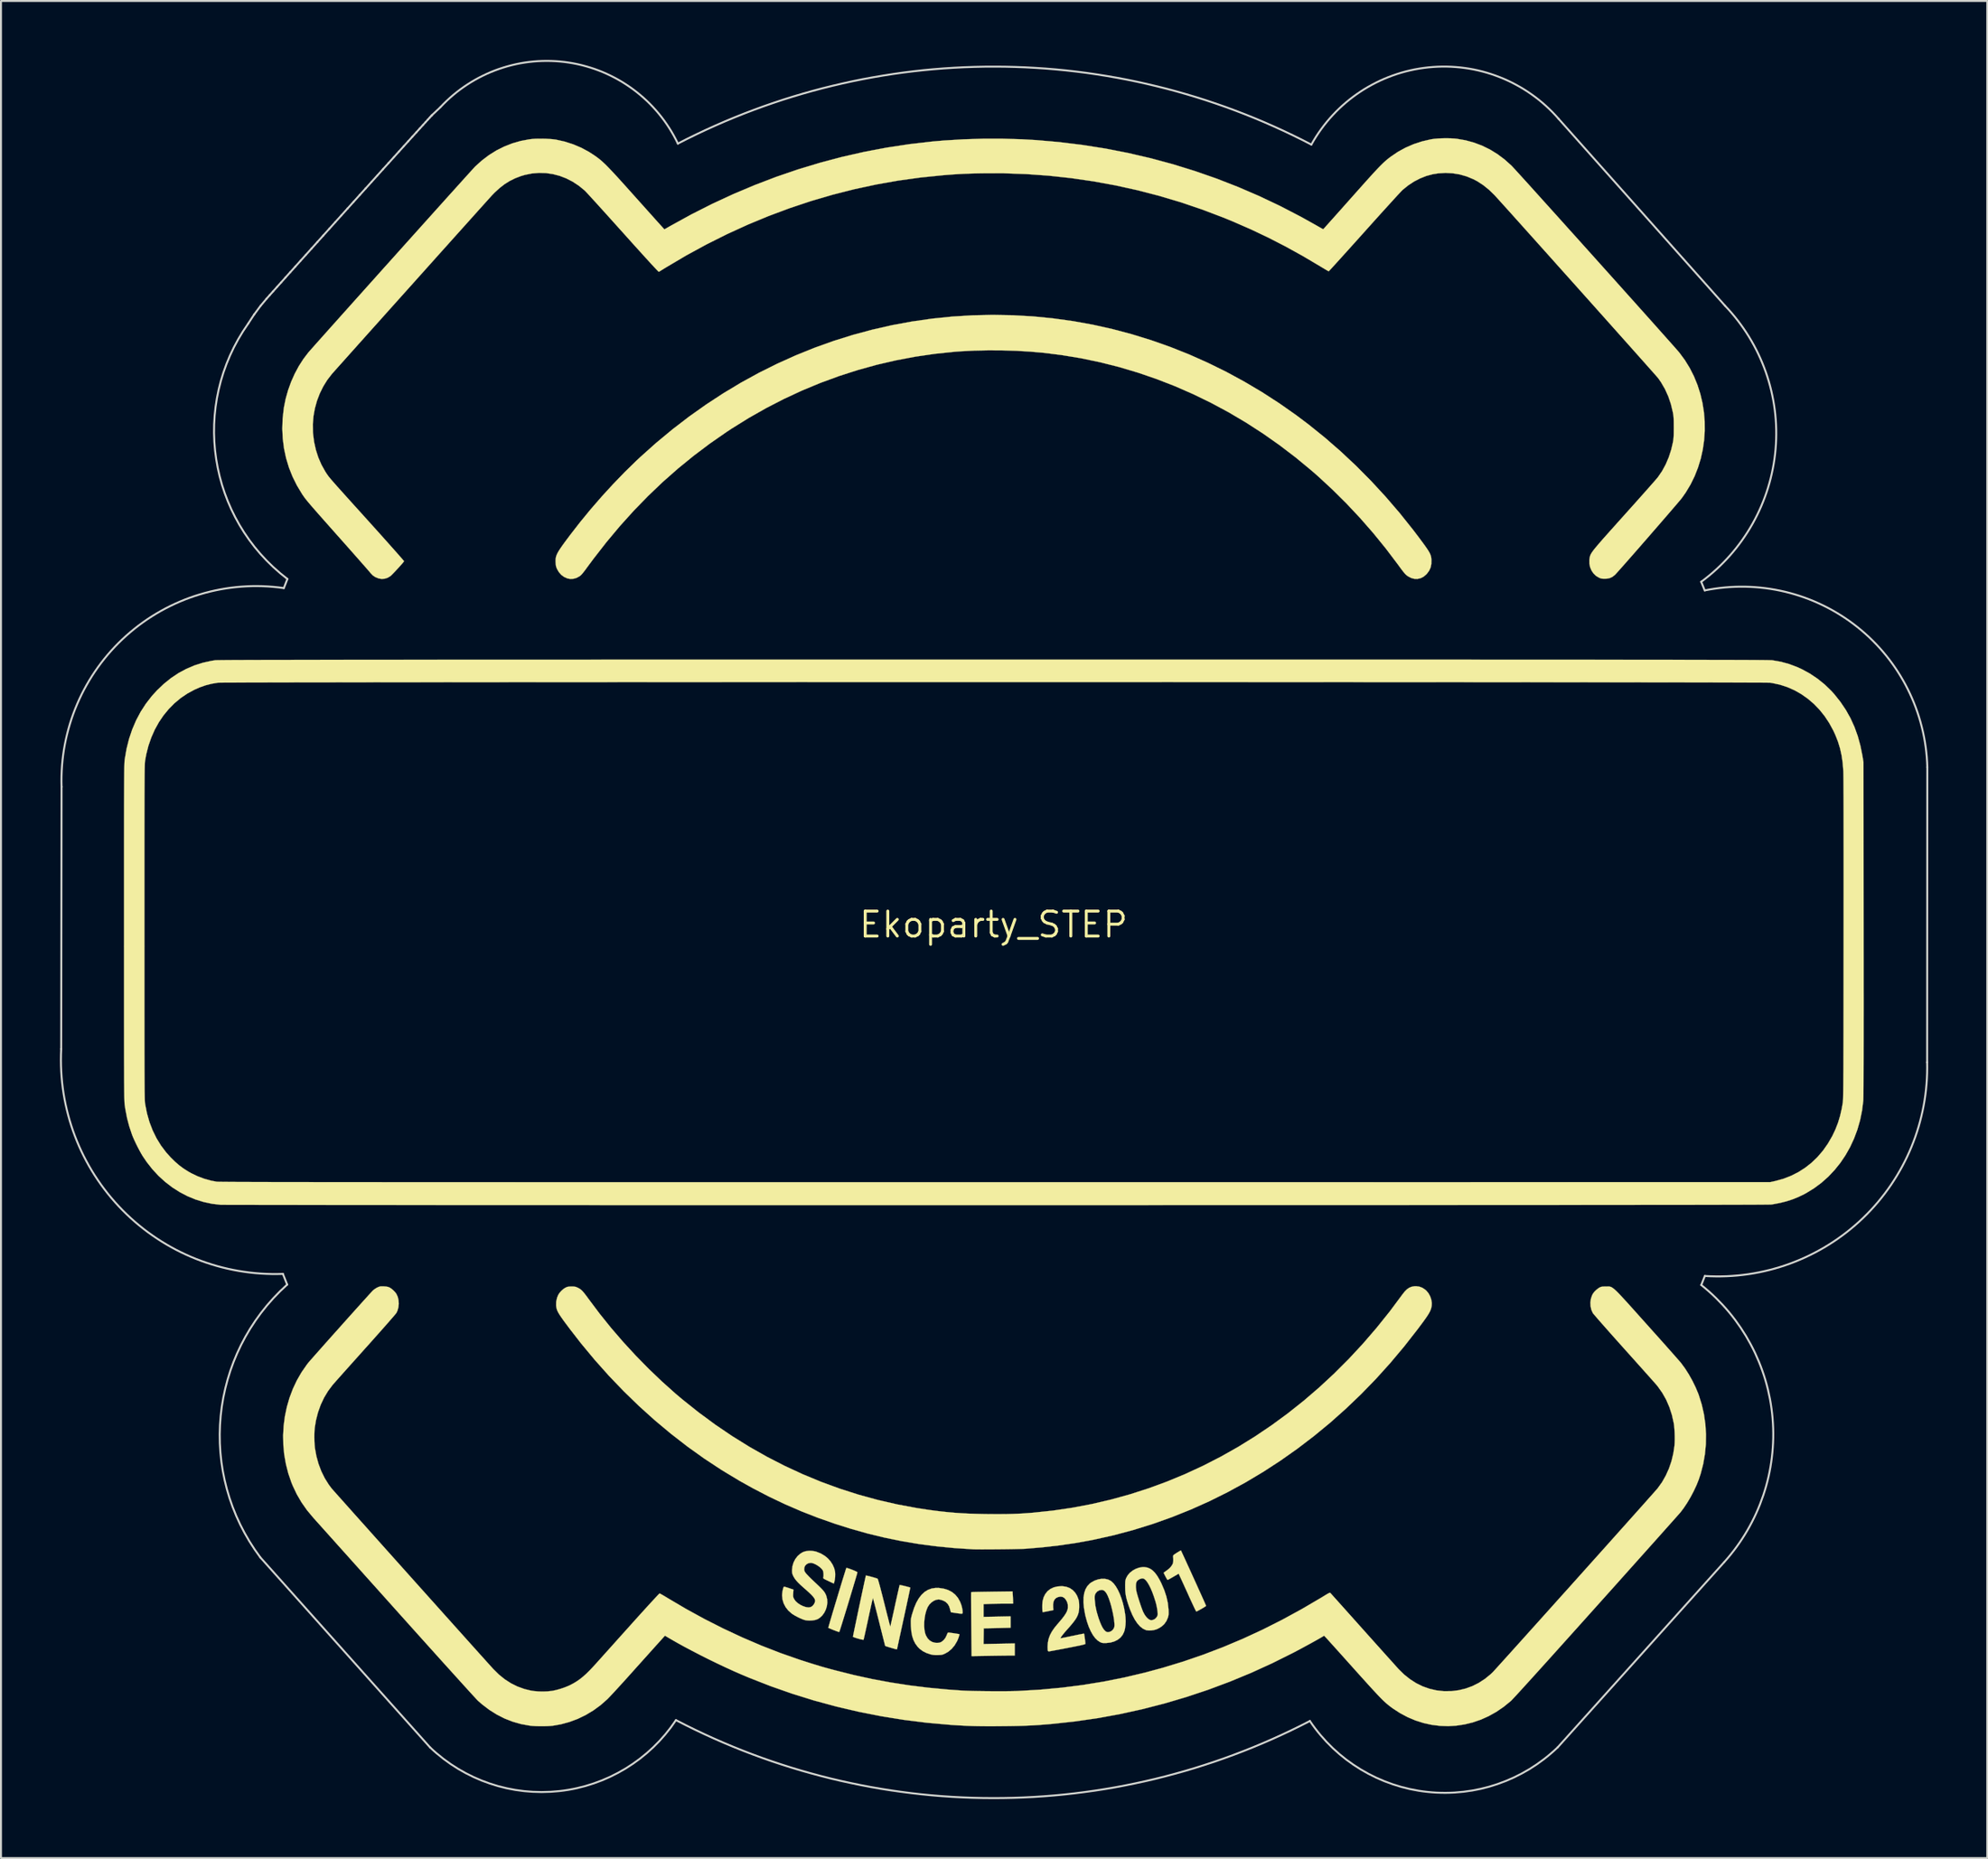
<source format=kicad_pcb>
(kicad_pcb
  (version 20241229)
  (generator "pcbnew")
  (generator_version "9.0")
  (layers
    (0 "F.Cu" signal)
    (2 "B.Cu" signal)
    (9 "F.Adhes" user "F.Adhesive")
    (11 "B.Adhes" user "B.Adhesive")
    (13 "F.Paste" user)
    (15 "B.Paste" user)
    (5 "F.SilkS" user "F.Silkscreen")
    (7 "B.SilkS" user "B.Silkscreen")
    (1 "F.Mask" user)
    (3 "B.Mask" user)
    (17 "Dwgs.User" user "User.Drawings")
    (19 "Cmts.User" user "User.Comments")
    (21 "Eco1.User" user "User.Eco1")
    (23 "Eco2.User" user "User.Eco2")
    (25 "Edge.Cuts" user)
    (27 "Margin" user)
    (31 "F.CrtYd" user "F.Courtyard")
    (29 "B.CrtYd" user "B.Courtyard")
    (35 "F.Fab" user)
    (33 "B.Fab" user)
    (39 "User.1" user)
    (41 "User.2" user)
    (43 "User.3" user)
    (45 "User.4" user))
  (footprint "Ekoparty_STEP"
    (layer "F.Cu")
    (at 47.512 44.016)
    (property "Reference" "Ekoparty_STEP" (at 0 0 0) (layer "F.SilkS") (effects (font (size 1.27 1.27) (thickness 0.15))))
    (attr through_hole)
    (fp_poly (pts (xy 27.706 -4.535) (xy 24.848 -4.535) (xy 24.848 7.551) (xy 22.223 7.551) (xy 22.223 -4.535) (xy 19.366 -4.535) (xy 19.366 -6.948) (xy 27.706 -6.948) (xy 27.706 -4.535)) (stroke (width 0.01) (type solid)) (fill yes) (layer "F.Mask"))
    (fp_poly (pts (xy -30.016 -4.535) (xy -34.651 -4.535) (xy -34.651 -1.148) (xy -30.291 -1.148) (xy -30.291 1.265) (xy -34.651 1.265) (xy -34.651 5.181) (xy -29.825 5.181) (xy -29.825 7.551) (xy -37.318 7.551) (xy -37.318 -6.948) (xy -30.016 -6.948) (xy -30.016 -4.535)) (stroke (width 0.01) (type solid)) (fill yes) (layer "F.Mask"))
    (fp_poly (pts (xy 36.193 -6.948) (xy 36.435 -6.948) (xy 36.64 -6.947) (xy 36.811 -6.946) (xy 36.952 -6.945) (xy 37.065 -6.944) (xy 37.154 -6.942) (xy 37.22 -6.939) (xy 37.268 -6.936) (xy 37.299 -6.932) (xy 37.318 -6.927) (xy 37.326 -6.921) (xy 37.327 -6.914) (xy 37.326 -6.911) (xy 37.317 -6.888) (xy 37.294 -6.827) (xy 37.257 -6.73) (xy 37.207 -6.599) (xy 37.145 -6.436) (xy 37.071 -6.242) (xy 36.986 -6.02) (xy 36.89 -5.771) (xy 36.785 -5.496) (xy 36.671 -5.198) (xy 36.549 -4.879) (xy 36.42 -4.54) (xy 36.283 -4.182) (xy 36.141 -3.809) (xy 35.992 -3.422) (xy 35.84 -3.021) (xy 35.683 -2.611) (xy 35.641 -2.503) (xy 33.971 1.868) (xy 33.971 7.551) (xy 31.325 7.551) (xy 31.324 4.699) (xy 31.323 1.847) (xy 27.966 -6.937) (xy 29.439 -6.943) (xy 29.736 -6.944) (xy 29.992 -6.944) (xy 30.212 -6.944) (xy 30.396 -6.943) (xy 30.548 -6.942) (xy 30.671 -6.941) (xy 30.766 -6.938) (xy 30.836 -6.935) (xy 30.884 -6.931) (xy 30.911 -6.927) (xy 30.922 -6.922) (xy 30.922 -6.921) (xy 30.929 -6.898) (xy 30.948 -6.837) (xy 30.978 -6.74) (xy 31.018 -6.61) (xy 31.068 -6.448) (xy 31.126 -6.258) (xy 31.193 -6.041) (xy 31.267 -5.801) (xy 31.347 -5.538) (xy 31.434 -5.256) (xy 31.526 -4.957) (xy 31.622 -4.644) (xy 31.721 -4.318) (xy 31.78 -4.126) (xy 31.882 -3.795) (xy 31.981 -3.474) (xy 32.075 -3.168) (xy 32.165 -2.877) (xy 32.25 -2.605) (xy 32.328 -2.353) (xy 32.4 -2.124) (xy 32.464 -1.92) (xy 32.52 -1.744) (xy 32.566 -1.597) (xy 32.603 -1.483) (xy 32.63 -1.403) (xy 32.645 -1.36) (xy 32.649 -1.353) (xy 32.653 -1.359) (xy 32.662 -1.38) (xy 32.676 -1.416) (xy 32.695 -1.469) (xy 32.72 -1.541) (xy 32.751 -1.631) (xy 32.788 -1.743) (xy 32.833 -1.876) (xy 32.885 -2.032) (xy 32.945 -2.213) (xy 33.013 -2.42) (xy 33.089 -2.654) (xy 33.175 -2.916) (xy 33.27 -3.207) (xy 33.375 -3.529) (xy 33.49 -3.883) (xy 33.616 -4.271) (xy 33.753 -4.693) (xy 33.901 -5.151) (xy 34.062 -5.646) (xy 34.235 -6.179) (xy 34.331 -6.477) (xy 34.484 -6.948) (xy 35.912 -6.948) (xy 36.193 -6.948)) (stroke (width 0.01) (type solid)) (fill yes) (layer "F.Mask"))
    (fp_poly (pts (xy -6.092 -6.921) (xy -5.707 -6.919) (xy -5.362 -6.918) (xy -5.054 -6.917) (xy -4.782 -6.916) (xy -4.542 -6.915) (xy -4.332 -6.914) (xy -4.15 -6.912) (xy -3.994 -6.911) (xy -3.86 -6.909) (xy -3.748 -6.906) (xy -3.653 -6.904) (xy -3.574 -6.901) (xy -3.509 -6.898) (xy -3.454 -6.894) (xy -3.408 -6.889) (xy -3.368 -6.885) (xy -3.332 -6.879) (xy -3.297 -6.873) (xy -3.272 -6.868) (xy -2.994 -6.806) (xy -2.748 -6.729) (xy -2.524 -6.636) (xy -2.312 -6.522) (xy -2.227 -6.468) (xy -1.913 -6.239) (xy -1.63 -5.982) (xy -1.379 -5.698) (xy -1.161 -5.385) (xy -0.974 -5.045) (xy -0.82 -4.678) (xy -0.702 -4.302) (xy -0.607 -3.89) (xy -0.541 -3.485) (xy -0.503 -3.075) (xy -0.492 -2.648) (xy -0.496 -2.45) (xy -0.515 -2.06) (xy -0.546 -1.706) (xy -0.593 -1.38) (xy -0.655 -1.077) (xy -0.734 -0.791) (xy -0.832 -0.515) (xy -0.95 -0.245) (xy -0.998 -0.146) (xy -1.187 0.188) (xy -1.4 0.49) (xy -1.638 0.759) (xy -1.903 0.996) (xy -2.195 1.203) (xy -2.516 1.379) (xy -2.865 1.525) (xy -3.243 1.642) (xy -3.652 1.729) (xy -3.896 1.766) (xy -3.992 1.775) (xy -4.12 1.784) (xy -4.282 1.791) (xy -4.481 1.798) (xy -4.718 1.803) (xy -4.994 1.808) (xy -5.087 1.809) (xy -6.034 1.821) (xy -6.034 7.594) (xy -8.68 7.594) (xy -8.68 -0.383) (xy -6.013 -0.383) (xy -5.267 -0.392) (xy -5.061 -0.394) (xy -4.893 -0.397) (xy -4.758 -0.401) (xy -4.651 -0.405) (xy -4.567 -0.41) (xy -4.502 -0.416) (xy -4.45 -0.424) (xy -4.408 -0.434) (xy -4.394 -0.438) (xy -4.142 -0.531) (xy -3.913 -0.657) (xy -3.71 -0.812) (xy -3.537 -0.995) (xy -3.396 -1.202) (xy -3.366 -1.259) (xy -3.269 -1.486) (xy -3.194 -1.743) (xy -3.139 -2.022) (xy -3.107 -2.316) (xy -3.097 -2.617) (xy -3.109 -2.918) (xy -3.144 -3.212) (xy -3.202 -3.492) (xy -3.242 -3.627) (xy -3.286 -3.75) (xy -3.344 -3.881) (xy -3.409 -4.011) (xy -3.476 -4.127) (xy -3.538 -4.219) (xy -3.561 -4.248) (xy -3.699 -4.379) (xy -3.869 -4.498) (xy -4.059 -4.599) (xy -4.261 -4.676) (xy -4.309 -4.69) (xy -4.405 -4.712) (xy -4.512 -4.73) (xy -4.636 -4.744) (xy -4.782 -4.755) (xy -4.954 -4.762) (xy -5.158 -4.766) (xy -5.399 -4.767) (xy -5.415 -4.767) (xy -6.013 -4.768) (xy -6.013 -0.383) (xy -8.68 -0.383) (xy -8.68 -6.928) (xy -6.092 -6.921)) (stroke (width 0.01) (type solid)) (fill yes) (layer "F.Mask"))
    (fp_poly (pts (xy -25.91 -4.048) (xy -25.909 -3.701) (xy -25.909 -3.366) (xy -25.909 -3.046) (xy -25.908 -2.742) (xy -25.907 -2.457) (xy -25.906 -2.194) (xy -25.905 -1.954) (xy -25.903 -1.741) (xy -25.902 -1.557) (xy -25.9 -1.404) (xy -25.898 -1.285) (xy -25.897 -1.201) (xy -25.895 -1.156) (xy -25.894 -1.149) (xy -25.882 -1.167) (xy -25.85 -1.22) (xy -25.799 -1.306) (xy -25.731 -1.423) (xy -25.647 -1.568) (xy -25.547 -1.741) (xy -25.433 -1.939) (xy -25.307 -2.16) (xy -25.168 -2.402) (xy -25.018 -2.663) (xy -24.859 -2.941) (xy -24.692 -3.235) (xy -24.517 -3.541) (xy -24.336 -3.859) (xy -24.228 -4.049) (xy -22.578 -6.948) (xy -21.143 -6.948) (xy -20.901 -6.948) (xy -20.671 -6.947) (xy -20.458 -6.946) (xy -20.265 -6.945) (xy -20.095 -6.944) (xy -19.951 -6.943) (xy -19.838 -6.941) (xy -19.757 -6.939) (xy -19.714 -6.937) (xy -19.708 -6.936) (xy -19.718 -6.917) (xy -19.748 -6.863) (xy -19.797 -6.776) (xy -19.863 -6.657) (xy -19.947 -6.51) (xy -20.045 -6.335) (xy -20.158 -6.135) (xy -20.285 -5.911) (xy -20.424 -5.666) (xy -20.573 -5.401) (xy -20.734 -5.119) (xy -20.903 -4.82) (xy -21.08 -4.508) (xy -21.264 -4.183) (xy -21.454 -3.849) (xy -21.47 -3.82) (xy -21.66 -3.485) (xy -21.844 -3.159) (xy -22.022 -2.846) (xy -22.192 -2.546) (xy -22.352 -2.262) (xy -22.503 -1.995) (xy -22.642 -1.748) (xy -22.77 -1.522) (xy -22.883 -1.32) (xy -22.983 -1.143) (xy -23.067 -0.992) (xy -23.134 -0.871) (xy -23.184 -0.781) (xy -23.216 -0.723) (xy -23.227 -0.701) (xy -23.227 -0.7) (xy -23.218 -0.68) (xy -23.191 -0.623) (xy -23.148 -0.532) (xy -23.089 -0.407) (xy -23.015 -0.251) (xy -22.928 -0.066) (xy -22.827 0.147) (xy -22.714 0.385) (xy -22.59 0.648) (xy -22.454 0.934) (xy -22.309 1.24) (xy -22.155 1.565) (xy -21.993 1.907) (xy -21.824 2.264) (xy -21.648 2.635) (xy -21.467 3.018) (xy -21.283 3.407) (xy -21.096 3.8) (xy -20.915 4.183) (xy -20.739 4.554) (xy -20.569 4.912) (xy -20.407 5.254) (xy -20.253 5.58) (xy -20.108 5.886) (xy -19.972 6.172) (xy -19.848 6.435) (xy -19.734 6.675) (xy -19.633 6.888) (xy -19.545 7.074) (xy -19.472 7.23) (xy -19.413 7.355) (xy -19.369 7.447) (xy -19.342 7.504) (xy -19.333 7.525) (xy -19.338 7.53) (xy -19.361 7.535) (xy -19.405 7.539) (xy -19.47 7.542) (xy -19.561 7.545) (xy -19.678 7.547) (xy -19.826 7.548) (xy -20.006 7.55) (xy -20.22 7.55) (xy -20.472 7.551) (xy -20.763 7.551) (xy -20.801 7.551) (xy -22.279 7.55) (xy -23.602 4.618) (xy -23.753 4.284) (xy -23.899 3.962) (xy -24.039 3.652) (xy -24.172 3.356) (xy -24.298 3.078) (xy -24.416 2.818) (xy -24.524 2.58) (xy -24.622 2.365) (xy -24.708 2.175) (xy -24.782 2.013) (xy -24.843 1.88) (xy -24.89 1.779) (xy -24.921 1.711) (xy -24.937 1.679) (xy -24.938 1.677) (xy -24.951 1.693) (xy -24.984 1.741) (xy -25.034 1.819) (xy -25.098 1.922) (xy -25.176 2.047) (xy -25.264 2.19) (xy -25.36 2.347) (xy -25.43 2.464) (xy -25.91 3.258) (xy -25.91 7.551) (xy -28.534 7.551) (xy -28.534 -6.948) (xy -25.91 -6.948) (xy -25.91 -4.048)) (stroke (width 0.01) (type solid)) (fill yes) (layer "F.Mask"))
    (fp_poly (pts (xy 13.303 -6.948) (xy 13.667 -6.948) (xy 13.994 -6.947) (xy 14.286 -6.947) (xy 14.546 -6.946) (xy 14.776 -6.944) (xy 14.978 -6.943) (xy 15.155 -6.94) (xy 15.31 -6.937) (xy 15.444 -6.933) (xy 15.561 -6.928) (xy 15.663 -6.922) (xy 15.752 -6.915) (xy 15.831 -6.907) (xy 15.902 -6.898) (xy 15.967 -6.888) (xy 16.03 -6.876) (xy 16.093 -6.863) (xy 16.158 -6.848) (xy 16.223 -6.832) (xy 16.578 -6.727) (xy 16.906 -6.59) (xy 17.208 -6.42) (xy 17.481 -6.218) (xy 17.726 -5.987) (xy 17.942 -5.725) (xy 18.128 -5.434) (xy 18.283 -5.115) (xy 18.406 -4.769) (xy 18.495 -4.408) (xy 18.523 -4.262) (xy 18.545 -4.132) (xy 18.562 -4.01) (xy 18.575 -3.889) (xy 18.584 -3.76) (xy 18.589 -3.616) (xy 18.592 -3.448) (xy 18.593 -3.247) (xy 18.593 -3.18) (xy 18.592 -2.963) (xy 18.59 -2.781) (xy 18.585 -2.625) (xy 18.576 -2.487) (xy 18.564 -2.359) (xy 18.546 -2.234) (xy 18.524 -2.102) (xy 18.496 -1.957) (xy 18.484 -1.899) (xy 18.389 -1.527) (xy 18.267 -1.184) (xy 18.118 -0.871) (xy 17.943 -0.59) (xy 17.743 -0.341) (xy 17.518 -0.125) (xy 17.268 0.058) (xy 16.995 0.206) (xy 16.699 0.319) (xy 16.678 0.326) (xy 16.593 0.352) (xy 16.522 0.374) (xy 16.475 0.388) (xy 16.466 0.392) (xy 16.47 0.4) (xy 16.508 0.413) (xy 16.572 0.427) (xy 16.593 0.431) (xy 16.898 0.502) (xy 17.176 0.604) (xy 17.426 0.734) (xy 17.647 0.892) (xy 17.837 1.078) (xy 17.995 1.289) (xy 18.083 1.445) (xy 18.163 1.624) (xy 18.233 1.816) (xy 18.292 2.025) (xy 18.343 2.255) (xy 18.385 2.51) (xy 18.419 2.792) (xy 18.446 3.107) (xy 18.466 3.457) (xy 18.477 3.752) (xy 18.49 4.153) (xy 18.501 4.514) (xy 18.512 4.838) (xy 18.522 5.127) (xy 18.531 5.383) (xy 18.54 5.609) (xy 18.548 5.807) (xy 18.557 5.98) (xy 18.566 6.13) (xy 18.575 6.26) (xy 18.584 6.371) (xy 18.594 6.467) (xy 18.604 6.55) (xy 18.616 6.623) (xy 18.628 6.686) (xy 18.642 6.744) (xy 18.657 6.799) (xy 18.674 6.853) (xy 18.682 6.878) (xy 18.745 7.035) (xy 18.825 7.176) (xy 18.915 7.292) (xy 18.999 7.368) (xy 19.058 7.415) (xy 19.085 7.457) (xy 19.091 7.492) (xy 19.091 7.551) (xy 16.231 7.551) (xy 16.158 7.397) (xy 16.122 7.318) (xy 16.091 7.237) (xy 16.062 7.15) (xy 16.037 7.054) (xy 16.014 6.948) (xy 15.994 6.828) (xy 15.976 6.692) (xy 15.959 6.535) (xy 15.945 6.357) (xy 15.932 6.154) (xy 15.919 5.923) (xy 15.908 5.661) (xy 15.897 5.366) (xy 15.886 5.034) (xy 15.875 4.663) (xy 15.873 4.599) (xy 15.863 4.249) (xy 15.854 3.941) (xy 15.844 3.673) (xy 15.835 3.444) (xy 15.827 3.252) (xy 15.818 3.097) (xy 15.81 2.977) (xy 15.802 2.892) (xy 15.799 2.868) (xy 15.742 2.569) (xy 15.664 2.305) (xy 15.565 2.077) (xy 15.444 1.885) (xy 15.301 1.729) (xy 15.138 1.61) (xy 15.066 1.572) (xy 14.993 1.538) (xy 14.928 1.51) (xy 14.866 1.487) (xy 14.803 1.468) (xy 14.734 1.454) (xy 14.653 1.443) (xy 14.557 1.435) (xy 14.44 1.429) (xy 14.298 1.425) (xy 14.125 1.422) (xy 13.917 1.42) (xy 13.794 1.418) (xy 12.931 1.41) (xy 12.931 7.551) (xy 10.285 7.551) (xy 10.285 -0.616) (xy 12.889 -0.616) (xy 13.667 -0.624) (xy 13.872 -0.627) (xy 14.041 -0.629) (xy 14.177 -0.632) (xy 14.285 -0.636) (xy 14.372 -0.64) (xy 14.442 -0.646) (xy 14.499 -0.653) (xy 14.549 -0.662) (xy 14.597 -0.673) (xy 14.619 -0.679) (xy 14.877 -0.762) (xy 15.105 -0.87) (xy 15.303 -1.004) (xy 15.473 -1.165) (xy 15.614 -1.355) (xy 15.729 -1.574) (xy 15.817 -1.825) (xy 15.881 -2.107) (xy 15.919 -2.424) (xy 15.93 -2.609) (xy 15.93 -2.952) (xy 15.901 -3.268) (xy 15.843 -3.554) (xy 15.757 -3.812) (xy 15.642 -4.039) (xy 15.499 -4.236) (xy 15.401 -4.337) (xy 15.217 -4.481) (xy 15.003 -4.596) (xy 14.76 -4.682) (xy 14.492 -4.737) (xy 14.424 -4.746) (xy 14.354 -4.751) (xy 14.249 -4.756) (xy 14.116 -4.76) (xy 13.962 -4.764) (xy 13.795 -4.766) (xy 13.62 -4.767) (xy 13.561 -4.767) (xy 12.889 -4.768) (xy 12.889 -0.616) (xy 10.285 -0.616) (xy 10.285 -6.948) (xy 12.898 -6.948) (xy 13.303 -6.948)) (stroke (width 0.01) (type solid)) (fill yes) (layer "F.Mask"))
    (fp_poly (pts (xy -14.215 -7.225) (xy -13.824 -7.189) (xy -13.447 -7.127) (xy -13.091 -7.04) (xy -12.829 -6.954) (xy -12.488 -6.805) (xy -12.168 -6.619) (xy -11.872 -6.4) (xy -11.6 -6.148) (xy -11.356 -5.865) (xy -11.141 -5.554) (xy -10.989 -5.281) (xy -10.815 -4.896) (xy -10.662 -4.476) (xy -10.533 -4.025) (xy -10.426 -3.545) (xy -10.343 -3.039) (xy -10.285 -2.51) (xy -10.277 -2.407) (xy -10.261 -2.195) (xy -10.248 -2.002) (xy -10.236 -1.824) (xy -10.227 -1.655) (xy -10.218 -1.488) (xy -10.212 -1.319) (xy -10.206 -1.142) (xy -10.201 -0.95) (xy -10.198 -0.739) (xy -10.194 -0.502) (xy -10.192 -0.234) (xy -10.189 0.062) (xy -10.186 0.599) (xy -10.188 1.098) (xy -10.195 1.56) (xy -10.206 1.988) (xy -10.222 2.386) (xy -10.244 2.755) (xy -10.271 3.099) (xy -10.305 3.422) (xy -10.344 3.724) (xy -10.39 4.01) (xy -10.442 4.282) (xy -10.502 4.543) (xy -10.568 4.796) (xy -10.643 5.044) (xy -10.653 5.075) (xy -10.77 5.415) (xy -10.893 5.718) (xy -11.025 5.989) (xy -11.169 6.235) (xy -11.327 6.459) (xy -11.503 6.668) (xy -11.61 6.78) (xy -11.871 7.016) (xy -12.15 7.219) (xy -12.45 7.39) (xy -12.774 7.531) (xy -13.124 7.643) (xy -13.502 7.726) (xy -13.823 7.772) (xy -13.949 7.783) (xy -14.106 7.792) (xy -14.288 7.798) (xy -14.483 7.802) (xy -14.682 7.803) (xy -14.877 7.801) (xy -15.057 7.797) (xy -15.213 7.79) (xy -15.326 7.781) (xy -15.736 7.723) (xy -16.116 7.636) (xy -16.469 7.52) (xy -16.796 7.372) (xy -17.1 7.193) (xy -17.383 6.981) (xy -17.582 6.8) (xy -17.818 6.54) (xy -18.032 6.244) (xy -18.225 5.911) (xy -18.397 5.542) (xy -18.547 5.137) (xy -18.676 4.695) (xy -18.784 4.217) (xy -18.806 4.101) (xy -18.857 3.783) (xy -18.901 3.423) (xy -18.939 3.022) (xy -18.97 2.579) (xy -18.995 2.094) (xy -19.013 1.568) (xy -19.025 1.001) (xy -19.03 0.392) (xy -19.03 0.217) (xy -19.029 0.021) (xy -16.382 0.021) (xy -16.381 0.515) (xy -16.378 1) (xy -16.375 1.338) (xy -16.372 1.636) (xy -16.369 1.898) (xy -16.365 2.126) (xy -16.361 2.323) (xy -16.356 2.492) (xy -16.35 2.636) (xy -16.344 2.757) (xy -16.337 2.86) (xy -16.334 2.895) (xy -16.297 3.273) (xy -16.256 3.611) (xy -16.21 3.913) (xy -16.158 4.182) (xy -16.1 4.419) (xy -16.035 4.629) (xy -15.961 4.814) (xy -15.879 4.976) (xy -15.786 5.119) (xy -15.683 5.245) (xy -15.644 5.287) (xy -15.472 5.431) (xy -15.275 5.543) (xy -15.056 5.621) (xy -14.817 5.666) (xy -14.561 5.676) (xy -14.291 5.651) (xy -14.194 5.634) (xy -13.981 5.571) (xy -13.787 5.47) (xy -13.611 5.332) (xy -13.456 5.158) (xy -13.32 4.949) (xy -13.207 4.704) (xy -13.204 4.697) (xy -13.134 4.495) (xy -13.072 4.269) (xy -13.018 4.018) (xy -12.972 3.737) (xy -12.933 3.426) (xy -12.901 3.081) (xy -12.875 2.699) (xy -12.856 2.28) (xy -12.851 2.122) (xy -12.845 1.938) (xy -12.839 1.754) (xy -12.833 1.577) (xy -12.827 1.416) (xy -12.822 1.277) (xy -12.818 1.171) (xy -12.817 1.141) (xy -12.813 1.015) (xy -12.81 0.854) (xy -12.808 0.663) (xy -12.807 0.45) (xy -12.806 0.22) (xy -12.807 -0.019) (xy -12.808 -0.262) (xy -12.81 -0.502) (xy -12.813 -0.731) (xy -12.817 -0.945) (xy -12.821 -1.135) (xy -12.826 -1.297) (xy -12.829 -1.363) (xy -12.852 -1.812) (xy -12.88 -2.221) (xy -12.913 -2.593) (xy -12.953 -2.929) (xy -12.999 -3.233) (xy -13.052 -3.505) (xy -13.113 -3.749) (xy -13.182 -3.966) (xy -13.259 -4.16) (xy -13.346 -4.331) (xy -13.442 -4.483) (xy -13.549 -4.618) (xy -13.621 -4.694) (xy -13.779 -4.831) (xy -13.948 -4.934) (xy -14.133 -5.006) (xy -14.339 -5.048) (xy -14.574 -5.064) (xy -14.603 -5.064) (xy -14.86 -5.048) (xy -15.093 -4.998) (xy -15.302 -4.915) (xy -15.49 -4.797) (xy -15.655 -4.643) (xy -15.801 -4.454) (xy -15.926 -4.227) (xy -16.034 -3.963) (xy -16.055 -3.9) (xy -16.103 -3.738) (xy -16.147 -3.568) (xy -16.187 -3.385) (xy -16.223 -3.189) (xy -16.254 -2.977) (xy -16.282 -2.746) (xy -16.306 -2.495) (xy -16.327 -2.221) (xy -16.343 -1.922) (xy -16.357 -1.597) (xy -16.368 -1.242) (xy -16.375 -0.855) (xy -16.38 -0.435) (xy -16.382 0.021) (xy -19.029 0.021) (xy -19.028 -0.33) (xy -19.02 -0.837) (xy -19.006 -1.308) (xy -18.987 -1.746) (xy -18.961 -2.153) (xy -18.928 -2.533) (xy -18.889 -2.888) (xy -18.842 -3.221) (xy -18.787 -3.536) (xy -18.725 -3.834) (xy -18.654 -4.12) (xy -18.575 -4.395) (xy -18.486 -4.663) (xy -18.468 -4.715) (xy -18.402 -4.882) (xy -18.32 -5.066) (xy -18.228 -5.254) (xy -18.132 -5.434) (xy -18.037 -5.596) (xy -17.956 -5.719) (xy -17.731 -6.004) (xy -17.479 -6.264) (xy -17.206 -6.495) (xy -16.917 -6.694) (xy -16.617 -6.856) (xy -16.464 -6.922) (xy -16.135 -7.035) (xy -15.778 -7.122) (xy -15.401 -7.185) (xy -15.01 -7.224) (xy -14.612 -7.237) (xy -14.215 -7.225)) (stroke (width 0.01) (type solid)) (fill yes) (layer "F.Mask"))
    (fp_poly (pts (xy 4.598 -6.948) (xy 4.859 -6.948) (xy 5.084 -6.947) (xy 5.275 -6.947) (xy 5.435 -6.946) (xy 5.567 -6.944) (xy 5.673 -6.943) (xy 5.756 -6.94) (xy 5.819 -6.937) (xy 5.865 -6.934) (xy 5.897 -6.93) (xy 5.916 -6.925) (xy 5.928 -6.919) (xy 5.932 -6.913) (xy 5.933 -6.911) (xy 5.94 -6.884) (xy 5.956 -6.818) (xy 5.981 -6.715) (xy 6.014 -6.577) (xy 6.055 -6.404) (xy 6.104 -6.2) (xy 6.161 -5.966) (xy 6.223 -5.703) (xy 6.293 -5.413) (xy 6.368 -5.099) (xy 6.448 -4.762) (xy 6.534 -4.404) (xy 6.624 -4.026) (xy 6.719 -3.631) (xy 6.817 -3.22) (xy 6.918 -2.795) (xy 7.022 -2.358) (xy 7.129 -1.91) (xy 7.238 -1.454) (xy 7.348 -0.991) (xy 7.46 -0.523) (xy 7.572 -0.052) (xy 7.685 0.42) (xy 7.798 0.892) (xy 7.909 1.362) (xy 8.02 1.827) (xy 8.13 2.287) (xy 8.238 2.74) (xy 8.343 3.182) (xy 8.446 3.614) (xy 8.546 4.033) (xy 8.642 4.436) (xy 8.734 4.823) (xy 8.822 5.192) (xy 8.905 5.54) (xy 8.982 5.867) (xy 9.054 6.17) (xy 9.12 6.447) (xy 9.179 6.696) (xy 9.232 6.916) (xy 9.277 7.106) (xy 9.314 7.262) (xy 9.342 7.384) (xy 9.362 7.47) (xy 9.373 7.517) (xy 9.375 7.526) (xy 9.366 7.531) (xy 9.335 7.536) (xy 9.281 7.54) (xy 9.202 7.543) (xy 9.094 7.546) (xy 8.957 7.548) (xy 8.787 7.549) (xy 8.582 7.55) (xy 8.339 7.551) (xy 8.057 7.551) (xy 8.005 7.551) (xy 6.634 7.551) (xy 6.35 6.107) (xy 6.302 5.864) (xy 6.256 5.63) (xy 6.213 5.411) (xy 6.173 5.209) (xy 6.138 5.029) (xy 6.107 4.873) (xy 6.081 4.745) (xy 6.062 4.65) (xy 6.05 4.59) (xy 6.047 4.573) (xy 6.028 4.482) (xy 2.586 4.482) (xy 2.54 4.72) (xy 2.528 4.784) (xy 2.508 4.885) (xy 2.482 5.018) (xy 2.451 5.18) (xy 2.414 5.366) (xy 2.374 5.57) (xy 2.331 5.79) (xy 2.285 6.021) (xy 2.239 6.255) (xy 1.983 7.551) (xy 0.61 7.551) (xy 0.373 7.551) (xy 0.149 7.551) (xy -0.059 7.55) (xy -0.246 7.549) (xy -0.41 7.548) (xy -0.547 7.547) (xy -0.654 7.545) (xy -0.726 7.543) (xy -0.761 7.542) (xy -0.764 7.541) (xy -0.759 7.52) (xy -0.745 7.46) (xy -0.722 7.362) (xy -0.69 7.228) (xy -0.65 7.061) (xy -0.603 6.861) (xy -0.549 6.631) (xy -0.487 6.372) (xy -0.42 6.086) (xy -0.346 5.775) (xy -0.267 5.442) (xy -0.183 5.086) (xy -0.094 4.711) (xy -0.001 4.319) (xy 0.096 3.91) (xy 0.196 3.487) (xy 0.299 3.051) (xy 0.404 2.605) (xy 0.512 2.15) (xy 0.533 2.061) (xy 3.054 2.061) (xy 3.059 2.068) (xy 3.074 2.073) (xy 3.102 2.078) (xy 3.145 2.081) (xy 3.206 2.084) (xy 3.289 2.086) (xy 3.396 2.088) (xy 3.532 2.089) (xy 3.698 2.09) (xy 3.899 2.09) (xy 4.137 2.09) (xy 4.315 2.09) (xy 4.589 2.09) (xy 4.824 2.09) (xy 5.021 2.089) (xy 5.184 2.087) (xy 5.315 2.085) (xy 5.417 2.083) (xy 5.493 2.079) (xy 5.544 2.075) (xy 5.574 2.071) (xy 5.586 2.065) (xy 5.586 2.064) (xy 5.582 2.038) (xy 5.571 1.974) (xy 5.552 1.874) (xy 5.527 1.741) (xy 5.496 1.577) (xy 5.459 1.386) (xy 5.418 1.17) (xy 5.372 0.932) (xy 5.322 0.675) (xy 5.269 0.4) (xy 5.213 0.112) (xy 5.155 -0.187) (xy 5.096 -0.495) (xy 5.035 -0.809) (xy 4.973 -1.125) (xy 4.911 -1.442) (xy 4.85 -1.757) (xy 4.789 -2.066) (xy 4.73 -2.367) (xy 4.673 -2.658) (xy 4.619 -2.935) (xy 4.567 -3.197) (xy 4.52 -3.439) (xy 4.476 -3.66) (xy 4.437 -3.856) (xy 4.403 -4.025) (xy 4.375 -4.165) (xy 4.354 -4.272) (xy 4.339 -4.344) (xy 4.331 -4.377) (xy 4.33 -4.38) (xy 4.31 -4.386) (xy 4.309 -4.385) (xy 4.304 -4.363) (xy 4.291 -4.303) (xy 4.272 -4.205) (xy 4.246 -4.072) (xy 4.213 -3.907) (xy 4.175 -3.712) (xy 4.131 -3.488) (xy 4.082 -3.239) (xy 4.029 -2.966) (xy 3.972 -2.672) (xy 3.911 -2.358) (xy 3.847 -2.028) (xy 3.78 -1.684) (xy 3.711 -1.327) (xy 3.683 -1.18) (xy 3.613 -0.818) (xy 3.545 -0.467) (xy 3.479 -0.13) (xy 3.417 0.192) (xy 3.358 0.495) (xy 3.303 0.779) (xy 3.252 1.04) (xy 3.206 1.277) (xy 3.166 1.486) (xy 3.13 1.666) (xy 3.101 1.815) (xy 3.079 1.93) (xy 3.063 2.008) (xy 3.055 2.049) (xy 3.054 2.053) (xy 3.054 2.061) (xy 0.533 2.061) (xy 0.622 1.689) (xy 0.732 1.221) (xy 0.844 0.751) (xy 0.956 0.279) (xy 1.068 -0.194) (xy 1.179 -0.664) (xy 1.29 -1.13) (xy 1.399 -1.591) (xy 1.506 -2.044) (xy 1.612 -2.489) (xy 1.714 -2.922) (xy 1.814 -3.343) (xy 1.91 -3.749) (xy 2.003 -4.139) (xy 2.091 -4.51) (xy 2.174 -4.862) (xy 2.252 -5.192) (xy 2.325 -5.498) (xy 2.392 -5.779) (xy 2.452 -6.033) (xy 2.505 -6.258) (xy 2.552 -6.453) (xy 2.59 -6.615) (xy 2.62 -6.742) (xy 2.642 -6.834) (xy 2.655 -6.887) (xy 2.658 -6.9) (xy 2.67 -6.948) (xy 4.296 -6.948) (xy 4.598 -6.948)) (stroke (width 0.01) (type solid)) (fill yes) (layer "F.Mask"))
    (fp_poly (pts (xy 0.979 34.149) (xy 0.985 34.253) (xy 0.99 34.353) (xy 0.993 34.433) (xy 0.993 34.46) (xy 0.993 34.56) (xy 0.575 34.56) (xy 0.416 34.561) (xy 0.242 34.563) (xy 0.069 34.567) (xy -0.087 34.571) (xy -0.176 34.574) (xy -0.51 34.588) (xy -0.51 35.237) (xy 0.866 35.209) (xy 0.866 35.788) (xy 0.798 35.791) (xy 0.759 35.792) (xy 0.684 35.794) (xy 0.579 35.796) (xy 0.45 35.799) (xy 0.303 35.803) (xy 0.144 35.806) (xy 0.115 35.807) (xy -0.499 35.82) (xy -0.51 36.619) (xy 1.078 36.588) (xy 1.078 37.206) (xy 0.787 37.206) (xy 0.697 37.206) (xy 0.572 37.207) (xy 0.419 37.209) (xy 0.245 37.211) (xy 0.056 37.214) (xy -0.139 37.217) (xy -0.311 37.22) (xy -1.118 37.234) (xy -1.134 35.61) (xy -1.136 35.352) (xy -1.138 35.106) (xy -1.14 34.876) (xy -1.141 34.665) (xy -1.142 34.476) (xy -1.143 34.313) (xy -1.143 34.178) (xy -1.143 34.075) (xy -1.142 34.008) (xy -1.141 33.979) (xy -1.141 33.978) (xy -1.118 33.976) (xy -1.058 33.973) (xy -0.963 33.97) (xy -0.838 33.967) (xy -0.687 33.964) (xy -0.514 33.961) (xy -0.324 33.958) (xy -0.119 33.955) (xy -0.083 33.954) (xy 0.965 33.94) (xy 0.979 34.149)) (stroke (width 0.01) (type solid)) (fill yes) (layer "F.SilkS"))
    (fp_poly (pts (xy -7.42 32.758) (xy -7.347 32.782) (xy -7.261 32.813) (xy -7.17 32.848) (xy -7.083 32.884) (xy -7.008 32.918) (xy -6.954 32.946) (xy -6.929 32.965) (xy -6.929 32.966) (xy -6.934 32.989) (xy -6.95 33.049) (xy -6.976 33.141) (xy -7.012 33.263) (xy -7.055 33.409) (xy -7.105 33.576) (xy -7.16 33.761) (xy -7.22 33.959) (xy -7.282 34.167) (xy -7.347 34.381) (xy -7.412 34.596) (xy -7.477 34.809) (xy -7.541 35.017) (xy -7.602 35.215) (xy -7.659 35.399) (xy -7.71 35.566) (xy -7.756 35.711) (xy -7.794 35.831) (xy -7.824 35.923) (xy -7.843 35.981) (xy -7.852 36.003) (xy -7.875 36.001) (xy -7.93 35.985) (xy -8.009 35.957) (xy -8.104 35.921) (xy -8.13 35.911) (xy -8.228 35.871) (xy -8.312 35.836) (xy -8.375 35.809) (xy -8.407 35.793) (xy -8.409 35.791) (xy -8.405 35.77) (xy -8.389 35.712) (xy -8.363 35.622) (xy -8.329 35.502) (xy -8.286 35.357) (xy -8.237 35.191) (xy -8.183 35.007) (xy -8.124 34.81) (xy -8.062 34.602) (xy -7.997 34.389) (xy -7.932 34.173) (xy -7.868 33.959) (xy -7.804 33.75) (xy -7.744 33.55) (xy -7.687 33.364) (xy -7.634 33.194) (xy -7.588 33.045) (xy -7.549 32.921) (xy -7.519 32.824) (xy -7.497 32.76) (xy -7.493 32.747) (xy -7.471 32.746) (xy -7.42 32.758)) (stroke (width 0.01) (type solid)) (fill yes) (layer "F.SilkS"))
    (fp_poly (pts (xy 9.545 31.876) (xy 9.572 31.932) (xy 9.612 32.019) (xy 9.665 32.134) (xy 9.729 32.272) (xy 9.801 32.43) (xy 9.881 32.605) (xy 9.967 32.792) (xy 10.056 32.988) (xy 10.147 33.189) (xy 10.239 33.391) (xy 10.33 33.591) (xy 10.417 33.785) (xy 10.501 33.969) (xy 10.578 34.14) (xy 10.647 34.294) (xy 10.706 34.426) (xy 10.754 34.534) (xy 10.789 34.614) (xy 10.81 34.662) (xy 10.815 34.674) (xy 10.797 34.692) (xy 10.751 34.724) (xy 10.684 34.766) (xy 10.604 34.813) (xy 10.52 34.861) (xy 10.441 34.904) (xy 10.375 34.939) (xy 10.329 34.959) (xy 10.316 34.962) (xy 10.303 34.943) (xy 10.275 34.89) (xy 10.233 34.807) (xy 10.181 34.697) (xy 10.119 34.565) (xy 10.05 34.416) (xy 9.975 34.253) (xy 9.958 34.216) (xy 9.879 34.039) (xy 9.8 33.866) (xy 9.725 33.702) (xy 9.657 33.552) (xy 9.599 33.424) (xy 9.552 33.322) (xy 9.52 33.253) (xy 9.42 33.037) (xy 9.147 33.195) (xy 9.05 33.251) (xy 8.966 33.298) (xy 8.901 33.333) (xy 8.862 33.351) (xy 8.855 33.354) (xy 8.839 33.336) (xy 8.811 33.291) (xy 8.775 33.228) (xy 8.737 33.157) (xy 8.701 33.087) (xy 8.674 33.029) (xy 8.66 32.992) (xy 8.66 32.984) (xy 8.679 32.97) (xy 8.724 32.937) (xy 8.787 32.892) (xy 8.817 32.87) (xy 8.93 32.782) (xy 9.014 32.697) (xy 9.08 32.605) (xy 9.111 32.549) (xy 9.134 32.484) (xy 9.145 32.396) (xy 9.145 32.278) (xy 9.137 32.159) (xy 9.138 32.13) (xy 9.149 32.104) (xy 9.176 32.076) (xy 9.227 32.039) (xy 9.306 31.987) (xy 9.33 31.972) (xy 9.41 31.923) (xy 9.475 31.884) (xy 9.519 31.86) (xy 9.534 31.854) (xy 9.545 31.876)) (stroke (width 0.01) (type solid)) (fill yes) (layer "F.SilkS"))
    (fp_poly (pts (xy 5.671 33.3) (xy 5.828 33.336) (xy 5.966 33.404) (xy 5.992 33.424) (xy 6.108 33.533) (xy 6.219 33.68) (xy 6.324 33.859) (xy 6.421 34.067) (xy 6.508 34.298) (xy 6.584 34.547) (xy 6.646 34.811) (xy 6.693 35.083) (xy 6.712 35.242) (xy 6.723 35.451) (xy 6.713 35.657) (xy 6.685 35.848) (xy 6.645 35.993) (xy 6.567 36.154) (xy 6.455 36.292) (xy 6.314 36.403) (xy 6.144 36.487) (xy 5.95 36.542) (xy 5.745 36.565) (xy 5.644 36.568) (xy 5.572 36.566) (xy 5.517 36.557) (xy 5.467 36.54) (xy 5.424 36.521) (xy 5.295 36.437) (xy 5.17 36.314) (xy 5.053 36.155) (xy 4.944 35.961) (xy 4.844 35.735) (xy 4.756 35.481) (xy 4.68 35.201) (xy 4.655 35.089) (xy 4.601 34.777) (xy 4.576 34.495) (xy 4.581 34.266) (xy 5.145 34.266) (xy 5.149 34.369) (xy 5.149 34.37) (xy 5.179 34.656) (xy 5.242 34.96) (xy 5.338 35.284) (xy 5.345 35.305) (xy 5.414 35.495) (xy 5.478 35.648) (xy 5.539 35.77) (xy 5.6 35.864) (xy 5.633 35.905) (xy 5.71 35.979) (xy 5.785 36.014) (xy 5.866 36.012) (xy 5.963 35.976) (xy 5.968 35.973) (xy 6.05 35.916) (xy 6.109 35.836) (xy 6.112 35.83) (xy 6.136 35.779) (xy 6.149 35.733) (xy 6.154 35.677) (xy 6.153 35.598) (xy 6.149 35.544) (xy 6.135 35.405) (xy 6.11 35.238) (xy 6.075 35.053) (xy 6.033 34.863) (xy 5.987 34.678) (xy 5.938 34.51) (xy 5.934 34.497) (xy 5.868 34.302) (xy 5.804 34.147) (xy 5.741 34.029) (xy 5.676 33.944) (xy 5.608 33.89) (xy 5.536 33.865) (xy 5.496 33.862) (xy 5.381 33.883) (xy 5.28 33.94) (xy 5.202 34.028) (xy 5.188 34.052) (xy 5.166 34.099) (xy 5.152 34.143) (xy 5.146 34.195) (xy 5.145 34.266) (xy 4.581 34.266) (xy 4.581 34.243) (xy 4.615 34.022) (xy 4.679 33.831) (xy 4.773 33.67) (xy 4.896 33.539) (xy 4.974 33.481) (xy 5.147 33.388) (xy 5.325 33.327) (xy 5.501 33.297) (xy 5.671 33.3)) (stroke (width 0.01) (type solid)) (fill yes) (layer "F.SilkS"))
    (fp_poly (pts (xy 7.691 32.703) (xy 7.835 32.729) (xy 7.969 32.785) (xy 8.095 32.873) (xy 8.216 32.995) (xy 8.333 33.154) (xy 8.449 33.351) (xy 8.539 33.529) (xy 8.686 33.872) (xy 8.794 34.201) (xy 8.866 34.522) (xy 8.901 34.837) (xy 8.903 34.858) (xy 8.907 34.977) (xy 8.908 35.064) (xy 8.903 35.133) (xy 8.892 35.196) (xy 8.874 35.263) (xy 8.871 35.272) (xy 8.796 35.448) (xy 8.686 35.602) (xy 8.543 35.732) (xy 8.369 35.835) (xy 8.28 35.873) (xy 8.166 35.905) (xy 8.037 35.924) (xy 7.91 35.929) (xy 7.798 35.918) (xy 7.752 35.907) (xy 7.602 35.836) (xy 7.457 35.723) (xy 7.319 35.569) (xy 7.188 35.374) (xy 7.064 35.139) (xy 6.948 34.865) (xy 6.869 34.643) (xy 6.809 34.458) (xy 6.765 34.3) (xy 6.734 34.159) (xy 6.713 34.025) (xy 6.702 33.885) (xy 6.698 33.734) (xy 7.243 33.734) (xy 7.259 33.88) (xy 7.268 33.928) (xy 7.29 34.018) (xy 7.323 34.139) (xy 7.366 34.28) (xy 7.414 34.431) (xy 7.465 34.585) (xy 7.515 34.731) (xy 7.562 34.859) (xy 7.602 34.96) (xy 7.616 34.991) (xy 7.686 35.122) (xy 7.766 35.234) (xy 7.852 35.323) (xy 7.936 35.382) (xy 8.015 35.406) (xy 8.021 35.406) (xy 8.061 35.401) (xy 8.12 35.388) (xy 8.13 35.385) (xy 8.211 35.343) (xy 8.284 35.273) (xy 8.336 35.188) (xy 8.351 35.139) (xy 8.354 35.074) (xy 8.347 34.978) (xy 8.331 34.86) (xy 8.308 34.73) (xy 8.28 34.599) (xy 8.247 34.475) (xy 8.244 34.465) (xy 8.163 34.211) (xy 8.08 33.982) (xy 7.995 33.781) (xy 7.909 33.61) (xy 7.825 33.471) (xy 7.744 33.368) (xy 7.666 33.302) (xy 7.607 33.278) (xy 7.53 33.281) (xy 7.442 33.31) (xy 7.359 33.359) (xy 7.295 33.419) (xy 7.292 33.423) (xy 7.26 33.497) (xy 7.243 33.604) (xy 7.243 33.734) (xy 6.698 33.734) (xy 6.698 33.729) (xy 6.698 33.692) (xy 6.699 33.567) (xy 6.701 33.475) (xy 6.707 33.406) (xy 6.718 33.35) (xy 6.733 33.298) (xy 6.749 33.258) (xy 6.827 33.117) (xy 6.939 32.989) (xy 7.078 32.879) (xy 7.235 32.792) (xy 7.404 32.731) (xy 7.576 32.702) (xy 7.691 32.703)) (stroke (width 0.01) (type solid)) (fill yes) (layer "F.SilkS"))
    (fp_poly (pts (xy -2.785 33.763) (xy -2.536 33.8) (xy -2.315 33.868) (xy -2.121 33.969) (xy -1.954 34.102) (xy -1.816 34.266) (xy -1.706 34.461) (xy -1.643 34.625) (xy -1.613 34.732) (xy -1.591 34.837) (xy -1.577 34.933) (xy -1.574 35.01) (xy -1.581 35.057) (xy -1.583 35.062) (xy -1.601 35.071) (xy -1.64 35.074) (xy -1.706 35.069) (xy -1.805 35.057) (xy -1.875 35.046) (xy -1.979 35.031) (xy -2.066 35.018) (xy -2.13 35.009) (xy -2.162 35.005) (xy -2.164 35.005) (xy -2.174 34.986) (xy -2.191 34.935) (xy -2.209 34.863) (xy -2.212 34.848) (xy -2.263 34.692) (xy -2.338 34.569) (xy -2.441 34.473) (xy -2.455 34.464) (xy -2.553 34.412) (xy -2.664 34.372) (xy -2.77 34.35) (xy -2.806 34.348) (xy -2.927 34.368) (xy -3.05 34.422) (xy -3.167 34.505) (xy -3.27 34.61) (xy -3.35 34.732) (xy -3.354 34.741) (xy -3.421 34.907) (xy -3.473 35.096) (xy -3.509 35.299) (xy -3.529 35.506) (xy -3.532 35.708) (xy -3.517 35.898) (xy -3.484 36.065) (xy -3.443 36.18) (xy -3.357 36.328) (xy -3.248 36.44) (xy -3.118 36.516) (xy -2.97 36.555) (xy -2.891 36.56) (xy -2.801 36.557) (xy -2.736 36.545) (xy -2.675 36.52) (xy -2.643 36.502) (xy -2.537 36.417) (xy -2.447 36.3) (xy -2.379 36.157) (xy -2.373 36.142) (xy -2.349 36.077) (xy -2.326 36.045) (xy -2.299 36.035) (xy -2.285 36.035) (xy -2.229 36.041) (xy -2.151 36.052) (xy -2.059 36.064) (xy -1.964 36.079) (xy -1.875 36.093) (xy -1.802 36.105) (xy -1.753 36.114) (xy -1.739 36.118) (xy -1.739 36.143) (xy -1.752 36.197) (xy -1.775 36.269) (xy -1.804 36.349) (xy -1.836 36.426) (xy -1.859 36.476) (xy -1.985 36.689) (xy -2.135 36.867) (xy -2.305 37.01) (xy -2.457 37.097) (xy -2.533 37.132) (xy -2.595 37.155) (xy -2.656 37.168) (xy -2.732 37.175) (xy -2.835 37.179) (xy -2.838 37.179) (xy -2.972 37.179) (xy -3.081 37.17) (xy -3.18 37.151) (xy -3.208 37.144) (xy -3.424 37.071) (xy -3.607 36.977) (xy -3.764 36.858) (xy -3.862 36.758) (xy -3.981 36.598) (xy -4.073 36.418) (xy -4.141 36.214) (xy -4.184 35.982) (xy -4.206 35.717) (xy -4.207 35.682) (xy -4.21 35.556) (xy -4.211 35.461) (xy -4.208 35.386) (xy -4.2 35.318) (xy -4.185 35.247) (xy -4.163 35.16) (xy -4.141 35.083) (xy -4.044 34.781) (xy -3.933 34.518) (xy -3.806 34.294) (xy -3.663 34.11) (xy -3.506 33.964) (xy -3.332 33.858) (xy -3.144 33.79) (xy -2.939 33.761) (xy -2.785 33.763)) (stroke (width 0.01) (type solid)) (fill yes) (layer "F.SilkS"))
    (fp_poly (pts (xy 3.511 33.675) (xy 3.703 33.704) (xy 3.875 33.769) (xy 4.025 33.869) (xy 4.152 34.003) (xy 4.253 34.167) (xy 4.325 34.361) (xy 4.328 34.372) (xy 4.347 34.478) (xy 4.356 34.609) (xy 4.357 34.75) (xy 4.348 34.886) (xy 4.33 35) (xy 4.326 35.016) (xy 4.299 35.107) (xy 4.263 35.195) (xy 4.217 35.285) (xy 4.155 35.382) (xy 4.076 35.49) (xy 3.976 35.614) (xy 3.852 35.759) (xy 3.723 35.904) (xy 3.615 36.028) (xy 3.527 36.134) (xy 3.462 36.22) (xy 3.421 36.282) (xy 3.407 36.319) (xy 3.41 36.326) (xy 3.432 36.323) (xy 3.489 36.312) (xy 3.578 36.295) (xy 3.692 36.272) (xy 3.827 36.244) (xy 3.976 36.213) (xy 4.007 36.207) (xy 4.159 36.175) (xy 4.296 36.146) (xy 4.415 36.123) (xy 4.509 36.104) (xy 4.573 36.092) (xy 4.602 36.088) (xy 4.603 36.088) (xy 4.61 36.112) (xy 4.62 36.169) (xy 4.632 36.246) (xy 4.644 36.336) (xy 4.656 36.426) (xy 4.665 36.509) (xy 4.671 36.572) (xy 4.673 36.606) (xy 4.672 36.607) (xy 4.663 36.617) (xy 4.638 36.629) (xy 4.593 36.643) (xy 4.526 36.66) (xy 4.432 36.682) (xy 4.309 36.708) (xy 4.154 36.739) (xy 3.964 36.777) (xy 3.756 36.818) (xy 3.564 36.855) (xy 3.385 36.889) (xy 3.222 36.92) (xy 3.08 36.946) (xy 2.963 36.968) (xy 2.877 36.984) (xy 2.824 36.992) (xy 2.811 36.994) (xy 2.774 36.977) (xy 2.763 36.961) (xy 2.757 36.925) (xy 2.753 36.859) (xy 2.751 36.776) (xy 2.75 36.754) (xy 2.763 36.549) (xy 2.802 36.356) (xy 2.869 36.169) (xy 2.968 35.982) (xy 3.101 35.79) (xy 3.245 35.614) (xy 3.39 35.446) (xy 3.507 35.303) (xy 3.599 35.181) (xy 3.669 35.076) (xy 3.72 34.984) (xy 3.754 34.9) (xy 3.775 34.82) (xy 3.782 34.762) (xy 3.779 34.613) (xy 3.744 34.482) (xy 3.681 34.365) (xy 3.601 34.272) (xy 3.511 34.219) (xy 3.405 34.204) (xy 3.295 34.223) (xy 3.185 34.272) (xy 3.104 34.351) (xy 3.053 34.461) (xy 3.029 34.602) (xy 3.031 34.739) (xy 3.043 34.891) (xy 2.775 34.946) (xy 2.674 34.966) (xy 2.589 34.982) (xy 2.528 34.991) (xy 2.5 34.993) (xy 2.499 34.993) (xy 2.49 34.964) (xy 2.484 34.902) (xy 2.481 34.818) (xy 2.48 34.721) (xy 2.481 34.622) (xy 2.486 34.529) (xy 2.493 34.454) (xy 2.496 34.436) (xy 2.548 34.24) (xy 2.632 34.071) (xy 2.746 33.929) (xy 2.889 33.817) (xy 3.057 33.736) (xy 3.249 33.688) (xy 3.463 33.673) (xy 3.511 33.675)) (stroke (width 0.01) (type solid)) (fill yes) (layer "F.SilkS"))
    (fp_poly (pts (xy -9.237 31.876) (xy -9.073 31.903) (xy -9.034 31.914) (xy -8.799 32.006) (xy -8.588 32.131) (xy -8.43 32.262) (xy -8.296 32.413) (xy -8.187 32.584) (xy -8.108 32.765) (xy -8.067 32.94) (xy -8.059 33.061) (xy -8.063 33.2) (xy -8.079 33.336) (xy -8.103 33.453) (xy -8.109 33.473) (xy -8.131 33.54) (xy -8.405 33.411) (xy -8.512 33.36) (xy -8.587 33.322) (xy -8.634 33.295) (xy -8.659 33.274) (xy -8.668 33.255) (xy -8.666 33.234) (xy -8.664 33.228) (xy -8.652 33.147) (xy -8.652 33.052) (xy -8.662 32.96) (xy -8.68 32.888) (xy -8.685 32.876) (xy -8.744 32.795) (xy -8.832 32.711) (xy -8.939 32.632) (xy -9.055 32.564) (xy -9.168 32.514) (xy -9.27 32.488) (xy -9.302 32.486) (xy -9.419 32.504) (xy -9.515 32.554) (xy -9.588 32.629) (xy -9.63 32.724) (xy -9.638 32.833) (xy -9.629 32.883) (xy -9.615 32.92) (xy -9.591 32.963) (xy -9.552 33.015) (xy -9.496 33.079) (xy -9.421 33.158) (xy -9.324 33.256) (xy -9.201 33.374) (xy -9.05 33.517) (xy -9.002 33.562) (xy -8.873 33.685) (xy -8.772 33.785) (xy -8.693 33.869) (xy -8.633 33.941) (xy -8.587 34.008) (xy -8.551 34.075) (xy -8.52 34.147) (xy -8.512 34.169) (xy -8.469 34.337) (xy -8.461 34.515) (xy -8.485 34.693) (xy -8.538 34.866) (xy -8.617 35.027) (xy -8.721 35.169) (xy -8.845 35.284) (xy -8.971 35.359) (xy -9.085 35.395) (xy -9.223 35.417) (xy -9.372 35.424) (xy -9.515 35.415) (xy -9.611 35.396) (xy -9.717 35.36) (xy -9.844 35.306) (xy -9.98 35.24) (xy -10.112 35.169) (xy -10.227 35.099) (xy -10.282 35.059) (xy -10.449 34.91) (xy -10.582 34.739) (xy -10.68 34.552) (xy -10.74 34.352) (xy -10.761 34.148) (xy -10.756 34.055) (xy -10.744 33.956) (xy -10.726 33.86) (xy -10.705 33.778) (xy -10.682 33.721) (xy -10.666 33.701) (xy -10.64 33.703) (xy -10.582 33.717) (xy -10.502 33.741) (xy -10.415 33.77) (xy -10.182 33.851) (xy -10.196 34.032) (xy -10.201 34.123) (xy -10.2 34.187) (xy -10.191 34.237) (xy -10.17 34.288) (xy -10.153 34.323) (xy -10.078 34.432) (xy -9.966 34.535) (xy -9.827 34.626) (xy -9.708 34.684) (xy -9.554 34.737) (xy -9.422 34.755) (xy -9.312 34.739) (xy -9.221 34.687) (xy -9.147 34.6) (xy -9.123 34.558) (xy -9.097 34.498) (xy -9.083 34.442) (xy -9.084 34.386) (xy -9.103 34.326) (xy -9.142 34.26) (xy -9.202 34.185) (xy -9.287 34.095) (xy -9.399 33.989) (xy -9.539 33.862) (xy -9.669 33.748) (xy -9.821 33.612) (xy -9.942 33.495) (xy -10.037 33.391) (xy -10.111 33.295) (xy -10.169 33.202) (xy -10.189 33.164) (xy -10.223 33.09) (xy -10.243 33.029) (xy -10.253 32.964) (xy -10.255 32.879) (xy -10.255 32.846) (xy -10.233 32.652) (xy -10.177 32.465) (xy -10.089 32.293) (xy -9.973 32.142) (xy -9.834 32.019) (xy -9.7 31.939) (xy -9.563 31.894) (xy -9.405 31.873) (xy -9.237 31.876)) (stroke (width 0.01) (type solid)) (fill yes) (layer "F.SilkS"))
    (fp_poly (pts (xy -6.474 33.133) (xy -6.419 33.145) (xy -6.342 33.163) (xy -6.251 33.187) (xy -6.156 33.213) (xy -6.064 33.239) (xy -5.985 33.263) (xy -5.928 33.282) (xy -5.906 33.291) (xy -5.894 33.311) (xy -5.875 33.363) (xy -5.849 33.449) (xy -5.815 33.569) (xy -5.772 33.725) (xy -5.722 33.918) (xy -5.662 34.149) (xy -5.594 34.42) (xy -5.567 34.525) (xy -5.512 34.745) (xy -5.46 34.951) (xy -5.412 35.141) (xy -5.368 35.31) (xy -5.331 35.457) (xy -5.3 35.576) (xy -5.276 35.665) (xy -5.261 35.719) (xy -5.256 35.736) (xy -5.25 35.715) (xy -5.236 35.656) (xy -5.215 35.564) (xy -5.188 35.442) (xy -5.155 35.294) (xy -5.118 35.125) (xy -5.076 34.938) (xy -5.032 34.736) (xy -5.02 34.678) (xy -4.975 34.473) (xy -4.932 34.281) (xy -4.893 34.106) (xy -4.858 33.951) (xy -4.828 33.821) (xy -4.805 33.719) (xy -4.788 33.649) (xy -4.779 33.616) (xy -4.778 33.614) (xy -4.755 33.616) (xy -4.701 33.626) (xy -4.625 33.642) (xy -4.537 33.663) (xy -4.446 33.685) (xy -4.361 33.707) (xy -4.292 33.726) (xy -4.249 33.74) (xy -4.239 33.745) (xy -4.243 33.766) (xy -4.255 33.825) (xy -4.274 33.919) (xy -4.301 34.045) (xy -4.333 34.199) (xy -4.372 34.379) (xy -4.415 34.581) (xy -4.463 34.802) (xy -4.514 35.038) (xy -4.568 35.287) (xy -4.573 35.307) (xy -4.627 35.557) (xy -4.679 35.795) (xy -4.727 36.018) (xy -4.772 36.222) (xy -4.811 36.404) (xy -4.845 36.562) (xy -4.873 36.691) (xy -4.894 36.788) (xy -4.907 36.851) (xy -4.912 36.876) (xy -4.912 36.876) (xy -4.917 36.884) (xy -4.936 36.885) (xy -4.975 36.878) (xy -5.038 36.862) (xy -5.132 36.835) (xy -5.237 36.804) (xy -5.337 36.774) (xy -5.422 36.747) (xy -5.483 36.727) (xy -5.512 36.717) (xy -5.514 36.716) (xy -5.52 36.694) (xy -5.535 36.636) (xy -5.559 36.543) (xy -5.59 36.42) (xy -5.628 36.27) (xy -5.671 36.098) (xy -5.72 35.905) (xy -5.772 35.697) (xy -5.824 35.487) (xy -5.879 35.268) (xy -5.931 35.061) (xy -5.98 34.872) (xy -6.024 34.702) (xy -6.062 34.557) (xy -6.094 34.438) (xy -6.119 34.35) (xy -6.135 34.296) (xy -6.142 34.28) (xy -6.149 34.303) (xy -6.164 34.364) (xy -6.186 34.458) (xy -6.215 34.581) (xy -6.248 34.73) (xy -6.285 34.901) (xy -6.327 35.089) (xy -6.37 35.29) (xy -6.381 35.342) (xy -6.425 35.546) (xy -6.467 35.737) (xy -6.505 35.912) (xy -6.539 36.066) (xy -6.568 36.196) (xy -6.592 36.297) (xy -6.608 36.365) (xy -6.616 36.397) (xy -6.617 36.399) (xy -6.643 36.4) (xy -6.699 36.391) (xy -6.776 36.373) (xy -6.864 36.35) (xy -6.955 36.324) (xy -7.038 36.297) (xy -7.105 36.273) (xy -7.147 36.254) (xy -7.155 36.246) (xy -7.151 36.219) (xy -7.138 36.156) (xy -7.119 36.06) (xy -7.093 35.934) (xy -7.062 35.783) (xy -7.026 35.611) (xy -6.986 35.421) (xy -6.944 35.218) (xy -6.899 35.005) (xy -6.853 34.786) (xy -6.806 34.566) (xy -6.76 34.348) (xy -6.715 34.136) (xy -6.672 33.934) (xy -6.632 33.746) (xy -6.595 33.576) (xy -6.563 33.428) (xy -6.536 33.306) (xy -6.516 33.213) (xy -6.502 33.154) (xy -6.497 33.132) (xy -6.497 33.132) (xy -6.474 33.133)) (stroke (width 0.01) (type solid)) (fill yes) (layer "F.SilkS"))
    (fp_poly (pts (xy 0.995 -31.018) (xy 1.999 -30.961) (xy 3.02 -30.861) (xy 4.036 -30.721) (xy 5.045 -30.539) (xy 6.046 -30.316) (xy 7.038 -30.052) (xy 8.021 -29.749) (xy 8.993 -29.406) (xy 9.953 -29.024) (xy 10.9 -28.602) (xy 11.834 -28.143) (xy 12.752 -27.645) (xy 13.655 -27.11) (xy 14.541 -26.537) (xy 15.408 -25.928) (xy 16.032 -25.458) (xy 16.857 -24.793) (xy 17.663 -24.091) (xy 18.449 -23.354) (xy 19.212 -22.584) (xy 19.951 -21.783) (xy 20.664 -20.954) (xy 21.347 -20.099) (xy 21.575 -19.799) (xy 21.726 -19.597) (xy 21.854 -19.425) (xy 21.96 -19.279) (xy 22.046 -19.155) (xy 22.115 -19.051) (xy 22.169 -18.962) (xy 22.209 -18.885) (xy 22.238 -18.815) (xy 22.258 -18.751) (xy 22.271 -18.687) (xy 22.278 -18.62) (xy 22.282 -18.558) (xy 22.278 -18.359) (xy 22.242 -18.183) (xy 22.171 -18.024) (xy 22.062 -17.874) (xy 22.018 -17.825) (xy 21.883 -17.711) (xy 21.734 -17.636) (xy 21.576 -17.599) (xy 21.413 -17.603) (xy 21.251 -17.647) (xy 21.096 -17.728) (xy 21.048 -17.762) (xy 21.004 -17.797) (xy 20.961 -17.838) (xy 20.914 -17.889) (xy 20.859 -17.954) (xy 20.793 -18.039) (xy 20.711 -18.148) (xy 20.611 -18.286) (xy 20.573 -18.338) (xy 19.966 -19.141) (xy 19.326 -19.928) (xy 18.657 -20.694) (xy 17.963 -21.434) (xy 17.248 -22.144) (xy 16.517 -22.82) (xy 16.181 -23.114) (xy 15.375 -23.78) (xy 14.55 -24.409) (xy 13.707 -25.002) (xy 12.846 -25.558) (xy 11.968 -26.077) (xy 11.075 -26.557) (xy 10.166 -27) (xy 9.244 -27.404) (xy 8.308 -27.768) (xy 7.36 -28.094) (xy 6.402 -28.38) (xy 5.432 -28.625) (xy 4.454 -28.83) (xy 3.467 -28.993) (xy 2.538 -29.109) (xy 1.867 -29.168) (xy 1.17 -29.209) (xy 0.459 -29.231) (xy -0.254 -29.235) (xy -0.958 -29.22) (xy -1.641 -29.186) (xy -1.981 -29.161) (xy -2.982 -29.057) (xy -3.977 -28.912) (xy -4.964 -28.726) (xy -5.942 -28.499) (xy -6.91 -28.231) (xy -7.867 -27.923) (xy -8.812 -27.576) (xy -9.744 -27.189) (xy -10.662 -26.763) (xy -11.566 -26.298) (xy -12.454 -25.794) (xy -13.324 -25.253) (xy -13.591 -25.077) (xy -14.441 -24.486) (xy -15.265 -23.865) (xy -16.063 -23.214) (xy -16.836 -22.532) (xy -17.585 -21.817) (xy -18.312 -21.069) (xy -19.018 -20.286) (xy -19.703 -19.467) (xy -20.369 -18.611) (xy -20.677 -18.196) (xy -20.778 -18.057) (xy -20.861 -17.95) (xy -20.928 -17.868) (xy -20.984 -17.806) (xy -21.033 -17.761) (xy -21.069 -17.734) (xy -21.224 -17.65) (xy -21.387 -17.604) (xy -21.552 -17.598) (xy -21.691 -17.625) (xy -21.856 -17.699) (xy -22.003 -17.808) (xy -22.125 -17.949) (xy -22.212 -18.099) (xy -22.246 -18.18) (xy -22.268 -18.253) (xy -22.28 -18.336) (xy -22.286 -18.435) (xy -22.289 -18.52) (xy -22.286 -18.597) (xy -22.277 -18.672) (xy -22.26 -18.746) (xy -22.232 -18.824) (xy -22.192 -18.91) (xy -22.138 -19.007) (xy -22.067 -19.118) (xy -21.979 -19.247) (xy -21.871 -19.399) (xy -21.741 -19.575) (xy -21.587 -19.781) (xy -21.552 -19.828) (xy -21.04 -20.487) (xy -20.5 -21.145) (xy -19.937 -21.794) (xy -19.358 -22.426) (xy -18.771 -23.034) (xy -18.181 -23.61) (xy -17.983 -23.796) (xy -17.171 -24.522) (xy -16.34 -25.211) (xy -15.491 -25.863) (xy -14.625 -26.477) (xy -13.742 -27.054) (xy -12.843 -27.594) (xy -11.929 -28.095) (xy -11 -28.557) (xy -10.058 -28.981) (xy -9.102 -29.367) (xy -8.135 -29.713) (xy -7.156 -30.019) (xy -6.167 -30.286) (xy -5.167 -30.513) (xy -4.159 -30.699) (xy -3.142 -30.845) (xy -2.117 -30.95) (xy -1.085 -31.014) (xy -0.048 -31.037) (xy 0.995 -31.018)) (stroke (width 0.01) (type solid)) (fill yes) (layer "F.SilkS"))
    (fp_poly (pts (xy 21.667 18.426) (xy 21.827 18.487) (xy 21.976 18.588) (xy 22.034 18.642) (xy 22.138 18.771) (xy 22.22 18.923) (xy 22.275 19.087) (xy 22.301 19.252) (xy 22.297 19.381) (xy 22.285 19.455) (xy 22.269 19.526) (xy 22.246 19.597) (xy 22.215 19.671) (xy 22.173 19.753) (xy 22.118 19.846) (xy 22.048 19.954) (xy 21.96 20.08) (xy 21.853 20.229) (xy 21.723 20.403) (xy 21.575 20.601) (xy 20.893 21.473) (xy 20.186 22.315) (xy 19.455 23.125) (xy 18.7 23.902) (xy 17.922 24.646) (xy 17.123 25.357) (xy 16.302 26.033) (xy 15.461 26.675) (xy 14.601 27.282) (xy 13.722 27.854) (xy 12.826 28.389) (xy 11.912 28.887) (xy 10.983 29.349) (xy 10.038 29.772) (xy 9.079 30.157) (xy 8.107 30.503) (xy 7.122 30.81) (xy 6.124 31.077) (xy 5.116 31.303) (xy 4.926 31.341) (xy 4.129 31.483) (xy 3.307 31.602) (xy 2.456 31.698) (xy 1.628 31.768) (xy 1.549 31.772) (xy 1.432 31.776) (xy 1.284 31.78) (xy 1.109 31.784) (xy 0.914 31.788) (xy 0.704 31.791) (xy 0.483 31.794) (xy 0.258 31.796) (xy 0.033 31.798) (xy -0.185 31.8) (xy -0.392 31.8) (xy -0.582 31.801) (xy -0.75 31.8) (xy -0.89 31.799) (xy -0.997 31.797) (xy -1.049 31.795) (xy -1.994 31.733) (xy -2.911 31.644) (xy -3.806 31.526) (xy -4.685 31.378) (xy -5.553 31.2) (xy -6.416 30.99) (xy -7.279 30.747) (xy -8.066 30.498) (xy -8.937 30.192) (xy -9.784 29.861) (xy -10.615 29.501) (xy -11.437 29.11) (xy -12.257 28.684) (xy -12.939 28.303) (xy -13.835 27.762) (xy -14.715 27.183) (xy -15.577 26.567) (xy -16.419 25.914) (xy -17.241 25.227) (xy -18.042 24.505) (xy -18.819 23.751) (xy -19.573 22.965) (xy -20.301 22.148) (xy -21.003 21.302) (xy -21.563 20.58) (xy -21.713 20.379) (xy -21.84 20.209) (xy -21.944 20.064) (xy -22.029 19.942) (xy -22.097 19.839) (xy -22.15 19.75) (xy -22.189 19.673) (xy -22.218 19.603) (xy -22.237 19.538) (xy -22.25 19.472) (xy -22.259 19.403) (xy -22.261 19.376) (xy -22.257 19.193) (xy -22.217 19.006) (xy -22.16 18.859) (xy -22.092 18.749) (xy -21.997 18.641) (xy -21.89 18.546) (xy -21.786 18.48) (xy -21.72 18.45) (xy -21.66 18.432) (xy -21.592 18.423) (xy -21.5 18.421) (xy -21.475 18.421) (xy -21.377 18.422) (xy -21.306 18.429) (xy -21.246 18.444) (xy -21.182 18.471) (xy -21.147 18.488) (xy -21.082 18.523) (xy -21.024 18.561) (xy -20.966 18.609) (xy -20.905 18.671) (xy -20.836 18.752) (xy -20.755 18.855) (xy -20.658 18.986) (xy -20.592 19.077) (xy -20.045 19.806) (xy -19.462 20.531) (xy -18.847 21.244) (xy -18.207 21.94) (xy -17.546 22.614) (xy -16.87 23.26) (xy -16.185 23.873) (xy -15.834 24.169) (xy -15.007 24.829) (xy -14.163 25.451) (xy -13.303 26.034) (xy -12.428 26.578) (xy -11.537 27.083) (xy -10.631 27.549) (xy -9.711 27.975) (xy -8.777 28.362) (xy -7.829 28.709) (xy -6.868 29.016) (xy -5.894 29.283) (xy -4.907 29.51) (xy -3.909 29.696) (xy -3.388 29.776) (xy -3.004 29.829) (xy -2.641 29.873) (xy -2.291 29.91) (xy -1.944 29.94) (xy -1.592 29.963) (xy -1.227 29.981) (xy -0.838 29.993) (xy -0.419 30.002) (xy -0.316 30.003) (xy 0.046 30.006) (xy 0.373 30.006) (xy 0.674 30.003) (xy 0.955 29.996) (xy 1.226 29.986) (xy 1.493 29.972) (xy 1.764 29.953) (xy 2.009 29.934) (xy 3.018 29.827) (xy 4.017 29.68) (xy 5.005 29.492) (xy 5.982 29.264) (xy 6.947 28.996) (xy 7.9 28.689) (xy 8.839 28.344) (xy 9.764 27.96) (xy 10.674 27.538) (xy 11.569 27.079) (xy 12.447 26.583) (xy 13.308 26.05) (xy 14.152 25.481) (xy 14.976 24.876) (xy 15.782 24.236) (xy 16.567 23.561) (xy 17.332 22.852) (xy 18.075 22.109) (xy 18.796 21.332) (xy 19.494 20.522) (xy 20.169 19.68) (xy 20.802 18.829) (xy 20.921 18.677) (xy 21.035 18.563) (xy 21.151 18.483) (xy 21.275 18.432) (xy 21.413 18.408) (xy 21.498 18.405) (xy 21.667 18.426)) (stroke (width 0.01) (type solid)) (fill yes) (layer "F.SilkS"))
    (fp_poly (pts (xy 23.258 -40.024) (xy 23.45 -40.013) (xy 23.579 -40) (xy 24.021 -39.923) (xy 24.45 -39.806) (xy 24.863 -39.65) (xy 25.261 -39.455) (xy 25.642 -39.221) (xy 26.005 -38.949) (xy 26.35 -38.64) (xy 26.356 -38.634) (xy 26.389 -38.6) (xy 26.448 -38.536) (xy 26.534 -38.443) (xy 26.643 -38.323) (xy 26.775 -38.178) (xy 26.928 -38.01) (xy 27.101 -37.819) (xy 27.293 -37.607) (xy 27.501 -37.376) (xy 27.726 -37.127) (xy 27.964 -36.862) (xy 28.216 -36.583) (xy 28.479 -36.291) (xy 28.753 -35.987) (xy 29.035 -35.673) (xy 29.324 -35.351) (xy 29.62 -35.023) (xy 29.92 -34.689) (xy 30.223 -34.351) (xy 30.529 -34.011) (xy 30.834 -33.67) (xy 31.139 -33.331) (xy 31.441 -32.994) (xy 31.74 -32.66) (xy 32.033 -32.333) (xy 32.32 -32.012) (xy 32.6 -31.701) (xy 32.869 -31.399) (xy 33.129 -31.109) (xy 33.376 -30.833) (xy 33.61 -30.571) (xy 33.828 -30.326) (xy 34.031 -30.098) (xy 34.216 -29.891) (xy 34.382 -29.704) (xy 34.528 -29.54) (xy 34.652 -29.4) (xy 34.753 -29.285) (xy 34.829 -29.198) (xy 34.879 -29.14) (xy 34.896 -29.12) (xy 35.18 -28.736) (xy 35.429 -28.331) (xy 35.643 -27.908) (xy 35.822 -27.469) (xy 35.966 -27.017) (xy 36.075 -26.555) (xy 36.149 -26.085) (xy 36.188 -25.612) (xy 36.191 -25.136) (xy 36.159 -24.662) (xy 36.092 -24.192) (xy 35.99 -23.728) (xy 35.851 -23.274) (xy 35.678 -22.832) (xy 35.469 -22.405) (xy 35.224 -21.997) (xy 35.031 -21.722) (xy 34.996 -21.679) (xy 34.937 -21.606) (xy 34.854 -21.508) (xy 34.75 -21.386) (xy 34.628 -21.244) (xy 34.489 -21.082) (xy 34.336 -20.904) (xy 34.171 -20.713) (xy 33.996 -20.511) (xy 33.814 -20.3) (xy 33.625 -20.083) (xy 33.433 -19.862) (xy 33.241 -19.64) (xy 33.048 -19.42) (xy 32.86 -19.203) (xy 32.676 -18.993) (xy 32.5 -18.792) (xy 32.333 -18.602) (xy 32.179 -18.427) (xy 32.038 -18.267) (xy 31.913 -18.127) (xy 31.807 -18.007) (xy 31.722 -17.912) (xy 31.659 -17.843) (xy 31.621 -17.803) (xy 31.615 -17.798) (xy 31.488 -17.7) (xy 31.354 -17.639) (xy 31.201 -17.61) (xy 31.113 -17.606) (xy 31.015 -17.608) (xy 30.941 -17.616) (xy 30.874 -17.635) (xy 30.802 -17.666) (xy 30.653 -17.757) (xy 30.528 -17.88) (xy 30.429 -18.027) (xy 30.359 -18.194) (xy 30.322 -18.374) (xy 30.32 -18.561) (xy 30.327 -18.622) (xy 30.334 -18.667) (xy 30.342 -18.709) (xy 30.352 -18.749) (xy 30.365 -18.79) (xy 30.383 -18.834) (xy 30.409 -18.882) (xy 30.442 -18.936) (xy 30.485 -18.999) (xy 30.539 -19.071) (xy 30.606 -19.156) (xy 30.688 -19.254) (xy 30.785 -19.369) (xy 30.899 -19.501) (xy 31.032 -19.653) (xy 31.186 -19.826) (xy 31.361 -20.023) (xy 31.56 -20.245) (xy 31.783 -20.495) (xy 32.033 -20.773) (xy 32.093 -20.84) (xy 32.305 -21.077) (xy 32.512 -21.307) (xy 32.71 -21.529) (xy 32.898 -21.74) (xy 33.074 -21.938) (xy 33.236 -22.12) (xy 33.382 -22.285) (xy 33.509 -22.43) (xy 33.617 -22.553) (xy 33.703 -22.652) (xy 33.765 -22.724) (xy 33.801 -22.768) (xy 33.805 -22.772) (xy 34.019 -23.084) (xy 34.205 -23.426) (xy 34.361 -23.792) (xy 34.486 -24.178) (xy 34.569 -24.534) (xy 34.584 -24.619) (xy 34.596 -24.698) (xy 34.604 -24.78) (xy 34.61 -24.872) (xy 34.614 -24.983) (xy 34.615 -25.119) (xy 34.616 -25.288) (xy 34.616 -25.31) (xy 34.615 -25.484) (xy 34.614 -25.624) (xy 34.61 -25.737) (xy 34.605 -25.831) (xy 34.597 -25.914) (xy 34.585 -25.993) (xy 34.57 -26.077) (xy 34.569 -26.082) (xy 34.47 -26.496) (xy 34.336 -26.891) (xy 34.167 -27.264) (xy 33.964 -27.613) (xy 33.828 -27.808) (xy 33.807 -27.834) (xy 33.758 -27.89) (xy 33.684 -27.975) (xy 33.586 -28.086) (xy 33.465 -28.223) (xy 33.322 -28.383) (xy 33.16 -28.566) (xy 32.979 -28.77) (xy 32.78 -28.993) (xy 32.566 -29.234) (xy 32.337 -29.491) (xy 32.095 -29.762) (xy 31.841 -30.047) (xy 31.577 -30.343) (xy 31.303 -30.65) (xy 31.022 -30.965) (xy 30.734 -31.287) (xy 30.442 -31.615) (xy 30.146 -31.946) (xy 29.847 -32.28) (xy 29.548 -32.615) (xy 29.249 -32.949) (xy 28.952 -33.281) (xy 28.658 -33.609) (xy 28.369 -33.933) (xy 28.086 -34.249) (xy 27.81 -34.557) (xy 27.543 -34.855) (xy 27.286 -35.142) (xy 27.04 -35.416) (xy 26.808 -35.676) (xy 26.589 -35.919) (xy 26.386 -36.146) (xy 26.2 -36.353) (xy 26.032 -36.539) (xy 25.883 -36.704) (xy 25.756 -36.845) (xy 25.651 -36.961) (xy 25.57 -37.05) (xy 25.514 -37.111) (xy 25.496 -37.131) (xy 25.214 -37.405) (xy 24.923 -37.64) (xy 24.624 -37.836) (xy 24.417 -37.945) (xy 24.076 -38.086) (xy 23.723 -38.187) (xy 23.362 -38.246) (xy 22.996 -38.265) (xy 22.627 -38.242) (xy 22.35 -38.198) (xy 22.028 -38.112) (xy 21.708 -37.986) (xy 21.397 -37.825) (xy 21.099 -37.629) (xy 20.821 -37.404) (xy 20.812 -37.396) (xy 20.778 -37.362) (xy 20.718 -37.299) (xy 20.634 -37.209) (xy 20.526 -37.093) (xy 20.399 -36.954) (xy 20.252 -36.793) (xy 20.089 -36.613) (xy 19.91 -36.417) (xy 19.718 -36.205) (xy 19.515 -35.98) (xy 19.303 -35.744) (xy 19.083 -35.499) (xy 18.865 -35.256) (xy 18.642 -35.007) (xy 18.427 -34.768) (xy 18.221 -34.539) (xy 18.027 -34.323) (xy 17.845 -34.122) (xy 17.678 -33.937) (xy 17.527 -33.77) (xy 17.394 -33.623) (xy 17.28 -33.499) (xy 17.188 -33.398) (xy 17.118 -33.323) (xy 17.074 -33.276) (xy 17.056 -33.258) (xy 17.055 -33.258) (xy 17.032 -33.269) (xy 16.979 -33.298) (xy 16.9 -33.344) (xy 16.801 -33.403) (xy 16.686 -33.472) (xy 16.608 -33.519) (xy 15.734 -34.037) (xy 14.864 -34.518) (xy 13.991 -34.967) (xy 13.105 -35.388) (xy 12.199 -35.784) (xy 11.704 -35.988) (xy 10.63 -36.396) (xy 9.544 -36.765) (xy 8.446 -37.093) (xy 7.336 -37.381) (xy 6.218 -37.628) (xy 5.091 -37.834) (xy 3.958 -37.999) (xy 2.819 -38.123) (xy 1.675 -38.205) (xy 0.529 -38.245) (xy -0.425 -38.246) (xy -0.717 -38.242) (xy -0.976 -38.237) (xy -1.209 -38.23) (xy -1.426 -38.223) (xy -1.635 -38.213) (xy -1.844 -38.201) (xy -2.063 -38.187) (xy -2.299 -38.169) (xy -2.562 -38.148) (xy -2.584 -38.146) (xy -3.717 -38.031) (xy -4.844 -37.875) (xy -5.964 -37.677) (xy -7.077 -37.438) (xy -8.182 -37.157) (xy -9.279 -36.836) (xy -10.366 -36.474) (xy -11.443 -36.072) (xy -12.51 -35.63) (xy -13.564 -35.148) (xy -14.607 -34.626) (xy -15.637 -34.065) (xy -16.653 -33.464) (xy -16.713 -33.428) (xy -16.814 -33.365) (xy -16.903 -33.31) (xy -16.974 -33.266) (xy -17.02 -33.238) (xy -17.034 -33.23) (xy -17.052 -33.243) (xy -17.098 -33.288) (xy -17.17 -33.363) (xy -17.269 -33.468) (xy -17.394 -33.602) (xy -17.543 -33.766) (xy -17.718 -33.957) (xy -17.917 -34.177) (xy -18.14 -34.423) (xy -18.386 -34.696) (xy -18.654 -34.995) (xy -18.866 -35.231) (xy -19.093 -35.483) (xy -19.313 -35.728) (xy -19.525 -35.964) (xy -19.728 -36.189) (xy -19.919 -36.4) (xy -20.096 -36.596) (xy -20.258 -36.775) (xy -20.404 -36.934) (xy -20.53 -37.072) (xy -20.635 -37.187) (xy -20.718 -37.276) (xy -20.777 -37.338) (xy -20.809 -37.371) (xy -20.81 -37.371) (xy -21.106 -37.613) (xy -21.418 -37.818) (xy -21.744 -37.986) (xy -22.081 -38.115) (xy -22.426 -38.205) (xy -22.777 -38.256) (xy -23.133 -38.266) (xy -23.489 -38.237) (xy -23.844 -38.166) (xy -24.049 -38.105) (xy -24.345 -37.993) (xy -24.621 -37.856) (xy -24.883 -37.692) (xy -25.138 -37.495) (xy -25.391 -37.263) (xy -25.52 -37.13) (xy -25.546 -37.102) (xy -25.598 -37.044) (xy -25.676 -36.958) (xy -25.778 -36.844) (xy -25.903 -36.706) (xy -26.049 -36.543) (xy -26.215 -36.359) (xy -26.399 -36.153) (xy -26.6 -35.929) (xy -26.817 -35.687) (xy -27.048 -35.43) (xy -27.292 -35.158) (xy -27.548 -34.873) (xy -27.813 -34.576) (xy -28.088 -34.271) (xy -28.369 -33.957) (xy -28.656 -33.636) (xy -28.948 -33.31) (xy -29.243 -32.981) (xy -29.539 -32.65) (xy -29.836 -32.319) (xy -30.132 -31.989) (xy -30.425 -31.662) (xy -30.714 -31.339) (xy -30.998 -31.022) (xy -31.275 -30.712) (xy -31.544 -30.412) (xy -31.804 -30.122) (xy -32.052 -29.844) (xy -32.289 -29.58) (xy -32.511 -29.331) (xy -32.719 -29.099) (xy -32.909 -28.886) (xy -33.082 -28.692) (xy -33.236 -28.52) (xy -33.369 -28.371) (xy -33.48 -28.247) (xy -33.568 -28.148) (xy -33.63 -28.078) (xy -33.666 -28.037) (xy -33.671 -28.032) (xy -33.908 -27.726) (xy -34.114 -27.393) (xy -34.289 -27.039) (xy -34.431 -26.666) (xy -34.538 -26.28) (xy -34.609 -25.885) (xy -34.643 -25.486) (xy -34.639 -25.086) (xy -34.633 -25.008) (xy -34.58 -24.581) (xy -34.489 -24.17) (xy -34.363 -23.777) (xy -34.201 -23.405) (xy -34.005 -23.056) (xy -33.957 -22.981) (xy -33.934 -22.947) (xy -33.912 -22.915) (xy -33.89 -22.883) (xy -33.867 -22.85) (xy -33.84 -22.814) (xy -33.808 -22.774) (xy -33.77 -22.728) (xy -33.725 -22.674) (xy -33.67 -22.61) (xy -33.605 -22.535) (xy -33.528 -22.447) (xy -33.437 -22.344) (xy -33.331 -22.225) (xy -33.208 -22.089) (xy -33.068 -21.932) (xy -32.908 -21.754) (xy -32.727 -21.553) (xy -32.523 -21.327) (xy -32.295 -21.075) (xy -32.042 -20.795) (xy -31.775 -20.498) (xy -31.552 -20.251) (xy -31.338 -20.013) (xy -31.133 -19.785) (xy -30.941 -19.57) (xy -30.761 -19.368) (xy -30.596 -19.183) (xy -30.448 -19.016) (xy -30.318 -18.869) (xy -30.208 -18.743) (xy -30.119 -18.642) (xy -30.054 -18.566) (xy -30.014 -18.517) (xy -30.001 -18.498) (xy -30.001 -18.498) (xy -30.021 -18.468) (xy -30.065 -18.413) (xy -30.128 -18.34) (xy -30.206 -18.252) (xy -30.292 -18.157) (xy -30.382 -18.06) (xy -30.47 -17.965) (xy -30.552 -17.88) (xy -30.622 -17.809) (xy -30.675 -17.758) (xy -30.699 -17.738) (xy -30.839 -17.655) (xy -30.992 -17.608) (xy -31.149 -17.598) (xy -31.296 -17.624) (xy -31.46 -17.69) (xy -31.593 -17.779) (xy -31.707 -17.898) (xy -31.726 -17.922) (xy -31.751 -17.953) (xy -31.802 -18.013) (xy -31.878 -18.1) (xy -31.975 -18.211) (xy -32.093 -18.346) (xy -32.229 -18.5) (xy -32.381 -18.673) (xy -32.547 -18.861) (xy -32.725 -19.062) (xy -32.913 -19.275) (xy -33.109 -19.496) (xy -33.244 -19.648) (xy -33.502 -19.938) (xy -33.733 -20.199) (xy -33.939 -20.431) (xy -34.122 -20.638) (xy -34.284 -20.821) (xy -34.426 -20.982) (xy -34.549 -21.123) (xy -34.656 -21.246) (xy -34.748 -21.352) (xy -34.827 -21.445) (xy -34.894 -21.525) (xy -34.951 -21.595) (xy -35 -21.656) (xy -35.043 -21.711) (xy -35.08 -21.762) (xy -35.114 -21.81) (xy -35.147 -21.857) (xy -35.179 -21.905) (xy -35.191 -21.923) (xy -35.452 -22.357) (xy -35.675 -22.806) (xy -35.859 -23.27) (xy -36.003 -23.748) (xy -36.107 -24.236) (xy -36.171 -24.735) (xy -36.195 -25.241) (xy -36.178 -25.755) (xy -36.12 -26.273) (xy -36.111 -26.334) (xy -36.023 -26.771) (xy -35.9 -27.206) (xy -35.746 -27.632) (xy -35.562 -28.044) (xy -35.352 -28.435) (xy -35.118 -28.799) (xy -34.88 -29.111) (xy -34.846 -29.151) (xy -34.786 -29.22) (xy -34.7 -29.317) (xy -34.591 -29.44) (xy -34.459 -29.589) (xy -34.306 -29.76) (xy -34.133 -29.954) (xy -33.942 -30.168) (xy -33.735 -30.401) (xy -33.511 -30.65) (xy -33.274 -30.916) (xy -33.023 -31.196) (xy -32.762 -31.488) (xy -32.49 -31.792) (xy -32.209 -32.105) (xy -31.922 -32.426) (xy -31.628 -32.754) (xy -31.33 -33.087) (xy -31.029 -33.423) (xy -30.725 -33.761) (xy -30.422 -34.099) (xy -30.119 -34.437) (xy -29.819 -34.771) (xy -29.522 -35.102) (xy -29.231 -35.426) (xy -28.946 -35.744) (xy -28.669 -36.052) (xy -28.401 -36.351) (xy -28.143 -36.637) (xy -27.898 -36.91) (xy -27.666 -37.168) (xy -27.448 -37.409) (xy -27.247 -37.633) (xy -27.063 -37.837) (xy -26.898 -38.02) (xy -26.753 -38.18) (xy -26.63 -38.316) (xy -26.529 -38.427) (xy -26.453 -38.51) (xy -26.403 -38.564) (xy -26.382 -38.587) (xy -26.042 -38.895) (xy -25.681 -39.169) (xy -25.302 -39.406) (xy -24.905 -39.605) (xy -24.494 -39.767) (xy -24.07 -39.889) (xy -23.636 -39.971) (xy -23.474 -39.991) (xy -23.33 -40.001) (xy -23.16 -40.006) (xy -22.973 -40.006) (xy -22.781 -40.001) (xy -22.596 -39.991) (xy -22.428 -39.978) (xy -22.29 -39.96) (xy -22.269 -39.957) (xy -21.821 -39.857) (xy -21.391 -39.719) (xy -20.979 -39.544) (xy -20.587 -39.332) (xy -20.408 -39.217) (xy -20.319 -39.158) (xy -20.237 -39.101) (xy -20.159 -39.044) (xy -20.083 -38.986) (xy -20.006 -38.924) (xy -19.927 -38.856) (xy -19.844 -38.78) (xy -19.754 -38.695) (xy -19.656 -38.597) (xy -19.547 -38.484) (xy -19.425 -38.356) (xy -19.288 -38.209) (xy -19.134 -38.042) (xy -18.962 -37.852) (xy -18.768 -37.637) (xy -18.551 -37.395) (xy -18.309 -37.125) (xy -18.223 -37.029) (xy -18.029 -36.812) (xy -17.841 -36.603) (xy -17.663 -36.404) (xy -17.496 -36.217) (xy -17.342 -36.046) (xy -17.204 -35.891) (xy -17.083 -35.756) (xy -16.981 -35.643) (xy -16.9 -35.554) (xy -16.843 -35.491) (xy -16.812 -35.456) (xy -16.807 -35.452) (xy -16.749 -35.391) (xy -16.435 -35.571) (xy -15.386 -36.148) (xy -14.323 -36.686) (xy -13.248 -37.184) (xy -12.16 -37.643) (xy -11.062 -38.063) (xy -9.954 -38.442) (xy -8.836 -38.78) (xy -7.71 -39.079) (xy -6.577 -39.336) (xy -5.437 -39.552) (xy -4.292 -39.726) (xy -3.141 -39.859) (xy -2.51 -39.914) (xy -1.535 -39.973) (xy -0.546 -40.004) (xy 0.444 -40.005) (xy 1.424 -39.976) (xy 2.157 -39.935) (xy 3.345 -39.832) (xy 4.523 -39.688) (xy 5.691 -39.504) (xy 6.848 -39.278) (xy 7.993 -39.012) (xy 9.127 -38.706) (xy 10.248 -38.359) (xy 11.356 -37.973) (xy 12.45 -37.546) (xy 13.531 -37.08) (xy 14.596 -36.574) (xy 15.647 -36.028) (xy 16.369 -35.625) (xy 16.486 -35.558) (xy 16.59 -35.499) (xy 16.676 -35.45) (xy 16.739 -35.415) (xy 16.772 -35.398) (xy 16.776 -35.396) (xy 16.791 -35.411) (xy 16.832 -35.456) (xy 16.897 -35.529) (xy 16.985 -35.627) (xy 17.093 -35.748) (xy 17.22 -35.89) (xy 17.364 -36.051) (xy 17.523 -36.229) (xy 17.695 -36.422) (xy 17.878 -36.628) (xy 18.07 -36.844) (xy 18.208 -36.999) (xy 18.455 -37.277) (xy 18.676 -37.525) (xy 18.873 -37.746) (xy 19.048 -37.941) (xy 19.204 -38.113) (xy 19.341 -38.264) (xy 19.463 -38.395) (xy 19.571 -38.51) (xy 19.667 -38.609) (xy 19.754 -38.696) (xy 19.832 -38.772) (xy 19.905 -38.84) (xy 19.975 -38.901) (xy 20.042 -38.957) (xy 20.11 -39.011) (xy 20.181 -39.066) (xy 20.213 -39.09) (xy 20.578 -39.338) (xy 20.966 -39.55) (xy 21.376 -39.728) (xy 21.805 -39.868) (xy 22.253 -39.972) (xy 22.287 -39.978) (xy 22.444 -40) (xy 22.631 -40.016) (xy 22.837 -40.025) (xy 23.05 -40.028) (xy 23.258 -40.024)) (stroke (width 0.01) (type solid)) (fill yes) (layer "F.SilkS"))
    (fp_poly (pts (xy -31.026 18.414) (xy -30.918 18.422) (xy -30.839 18.435) (xy -30.773 18.456) (xy -30.725 18.478) (xy -30.638 18.535) (xy -30.545 18.615) (xy -30.458 18.705) (xy -30.393 18.791) (xy -30.391 18.794) (xy -30.322 18.943) (xy -30.282 19.113) (xy -30.27 19.294) (xy -30.288 19.475) (xy -30.334 19.646) (xy -30.39 19.764) (xy -30.412 19.793) (xy -30.46 19.852) (xy -30.533 19.938) (xy -30.629 20.049) (xy -30.745 20.182) (xy -30.88 20.336) (xy -31.032 20.509) (xy -31.198 20.697) (xy -31.378 20.899) (xy -31.568 21.113) (xy -31.768 21.337) (xy -31.974 21.566) (xy -32.182 21.799) (xy -32.384 22.025) (xy -32.579 22.242) (xy -32.763 22.448) (xy -32.936 22.641) (xy -33.094 22.818) (xy -33.236 22.978) (xy -33.36 23.117) (xy -33.464 23.234) (xy -33.545 23.326) (xy -33.602 23.391) (xy -33.632 23.425) (xy -33.867 23.738) (xy -34.071 24.078) (xy -34.242 24.441) (xy -34.38 24.826) (xy -34.483 25.23) (xy -34.545 25.606) (xy -34.557 25.747) (xy -34.564 25.916) (xy -34.565 26.101) (xy -34.562 26.288) (xy -34.553 26.464) (xy -34.54 26.616) (xy -34.536 26.644) (xy -34.462 27.053) (xy -34.353 27.448) (xy -34.211 27.824) (xy -34.036 28.178) (xy -33.831 28.506) (xy -33.694 28.689) (xy -33.673 28.714) (xy -33.624 28.769) (xy -33.55 28.853) (xy -33.452 28.964) (xy -33.331 29.1) (xy -33.188 29.259) (xy -33.026 29.441) (xy -32.845 29.644) (xy -32.647 29.866) (xy -32.433 30.106) (xy -32.204 30.362) (xy -31.962 30.632) (xy -31.709 30.916) (xy -31.445 31.211) (xy -31.172 31.516) (xy -30.892 31.83) (xy -30.605 32.15) (xy -30.314 32.476) (xy -30.019 32.805) (xy -29.722 33.137) (xy -29.424 33.47) (xy -29.127 33.802) (xy -28.832 34.131) (xy -28.54 34.457) (xy -28.253 34.777) (xy -27.973 35.091) (xy -27.699 35.396) (xy -27.435 35.691) (xy -27.181 35.974) (xy -26.939 36.244) (xy -26.71 36.5) (xy -26.495 36.739) (xy -26.296 36.961) (xy -26.114 37.164) (xy -25.95 37.345) (xy -25.807 37.505) (xy -25.685 37.64) (xy -25.585 37.751) (xy -25.51 37.834) (xy -25.46 37.889) (xy -25.458 37.891) (xy -25.174 38.172) (xy -24.874 38.414) (xy -24.558 38.617) (xy -24.226 38.782) (xy -23.876 38.908) (xy -23.554 38.987) (xy -23.364 39.015) (xy -23.147 39.032) (xy -22.92 39.036) (xy -22.698 39.028) (xy -22.494 39.007) (xy -22.428 38.997) (xy -22.242 38.956) (xy -22.04 38.899) (xy -21.838 38.831) (xy -21.651 38.756) (xy -21.547 38.708) (xy -21.372 38.615) (xy -21.209 38.516) (xy -21.051 38.406) (xy -20.894 38.281) (xy -20.733 38.137) (xy -20.562 37.969) (xy -20.376 37.773) (xy -20.241 37.625) (xy -20.168 37.543) (xy -20.069 37.433) (xy -19.947 37.298) (xy -19.806 37.139) (xy -19.646 36.962) (xy -19.472 36.768) (xy -19.286 36.56) (xy -19.091 36.342) (xy -18.889 36.117) (xy -18.682 35.887) (xy -18.475 35.656) (xy -18.432 35.608) (xy -18.235 35.388) (xy -18.045 35.178) (xy -17.865 34.979) (xy -17.697 34.794) (xy -17.542 34.624) (xy -17.402 34.471) (xy -17.28 34.339) (xy -17.177 34.228) (xy -17.095 34.141) (xy -17.036 34.081) (xy -17.002 34.049) (xy -16.995 34.044) (xy -16.968 34.055) (xy -16.911 34.086) (xy -16.83 34.132) (xy -16.73 34.19) (xy -16.618 34.258) (xy -16.584 34.279) (xy -15.657 34.826) (xy -14.713 35.344) (xy -13.756 35.829) (xy -12.789 36.281) (xy -11.817 36.698) (xy -10.843 37.077) (xy -9.871 37.417) (xy -9.389 37.572) (xy -9.192 37.633) (xy -9.027 37.684) (xy -8.885 37.727) (xy -8.759 37.765) (xy -8.638 37.8) (xy -8.516 37.834) (xy -8.384 37.87) (xy -8.233 37.911) (xy -8.054 37.959) (xy -8.034 37.964) (xy -7.105 38.197) (xy -6.175 38.401) (xy -5.236 38.575) (xy -4.285 38.722) (xy -3.314 38.842) (xy -2.318 38.936) (xy -1.642 38.984) (xy -1.48 38.993) (xy -1.282 39) (xy -1.055 39.007) (xy -0.805 39.012) (xy -0.54 39.016) (xy -0.266 39.019) (xy 0.01 39.021) (xy 0.282 39.022) (xy 0.542 39.021) (xy 0.786 39.019) (xy 1.004 39.015) (xy 1.192 39.01) (xy 1.258 39.007) (xy 2.372 38.942) (xy 3.467 38.84) (xy 4.544 38.703) (xy 5.608 38.53) (xy 6.663 38.319) (xy 7.713 38.071) (xy 8.603 37.83) (xy 9.644 37.513) (xy 10.67 37.161) (xy 11.685 36.773) (xy 12.691 36.349) (xy 13.689 35.887) (xy 14.682 35.386) (xy 15.674 34.845) (xy 16.665 34.264) (xy 16.815 34.172) (xy 16.925 34.105) (xy 17.005 34.058) (xy 17.061 34.028) (xy 17.098 34.013) (xy 17.121 34.011) (xy 17.138 34.019) (xy 17.146 34.026) (xy 17.164 34.047) (xy 17.209 34.096) (xy 17.278 34.174) (xy 17.371 34.277) (xy 17.484 34.403) (xy 17.616 34.551) (xy 17.766 34.718) (xy 17.932 34.903) (xy 18.111 35.104) (xy 18.302 35.317) (xy 18.504 35.543) (xy 18.714 35.778) (xy 18.827 35.904) (xy 19.043 36.146) (xy 19.254 36.381) (xy 19.456 36.607) (xy 19.649 36.822) (xy 19.829 37.023) (xy 19.996 37.21) (xy 20.148 37.378) (xy 20.282 37.527) (xy 20.396 37.654) (xy 20.488 37.757) (xy 20.558 37.834) (xy 20.601 37.882) (xy 20.612 37.894) (xy 20.897 38.173) (xy 21.197 38.412) (xy 21.512 38.613) (xy 21.841 38.774) (xy 22.183 38.895) (xy 22.539 38.977) (xy 22.906 39.018) (xy 22.943 39.019) (xy 23.312 39.015) (xy 23.674 38.969) (xy 24.027 38.884) (xy 24.368 38.759) (xy 24.694 38.595) (xy 25.004 38.394) (xy 25.294 38.157) (xy 25.39 38.066) (xy 25.418 38.037) (xy 25.473 37.978) (xy 25.553 37.89) (xy 25.657 37.775) (xy 25.784 37.635) (xy 25.932 37.471) (xy 26.1 37.285) (xy 26.287 37.078) (xy 26.49 36.852) (xy 26.71 36.608) (xy 26.944 36.348) (xy 27.191 36.073) (xy 27.449 35.786) (xy 27.718 35.487) (xy 27.996 35.177) (xy 28.281 34.86) (xy 28.572 34.535) (xy 28.868 34.205) (xy 29.168 33.872) (xy 29.469 33.536) (xy 29.771 33.199) (xy 30.072 32.863) (xy 30.37 32.53) (xy 30.666 32.2) (xy 30.956 31.876) (xy 31.24 31.559) (xy 31.516 31.25) (xy 31.783 30.951) (xy 32.04 30.664) (xy 32.285 30.39) (xy 32.516 30.131) (xy 32.733 29.888) (xy 32.934 29.663) (xy 33.118 29.457) (xy 33.282 29.272) (xy 33.427 29.109) (xy 33.55 28.971) (xy 33.65 28.857) (xy 33.726 28.771) (xy 33.776 28.714) (xy 33.797 28.689) (xy 34.018 28.381) (xy 34.209 28.044) (xy 34.371 27.684) (xy 34.5 27.305) (xy 34.594 26.91) (xy 34.651 26.529) (xy 34.661 26.387) (xy 34.666 26.217) (xy 34.665 26.033) (xy 34.659 25.844) (xy 34.648 25.664) (xy 34.634 25.504) (xy 34.617 25.384) (xy 34.522 24.959) (xy 34.392 24.558) (xy 34.229 24.182) (xy 34.031 23.831) (xy 33.8 23.505) (xy 33.735 23.425) (xy 33.702 23.388) (xy 33.644 23.321) (xy 33.561 23.228) (xy 33.456 23.11) (xy 33.331 22.969) (xy 33.188 22.809) (xy 33.029 22.63) (xy 32.856 22.437) (xy 32.671 22.23) (xy 32.476 22.012) (xy 32.273 21.786) (xy 32.077 21.567) (xy 31.87 21.336) (xy 31.67 21.112) (xy 31.48 20.899) (xy 31.3 20.696) (xy 31.134 20.508) (xy 30.982 20.336) (xy 30.847 20.182) (xy 30.731 20.049) (xy 30.636 19.938) (xy 30.563 19.852) (xy 30.514 19.793) (xy 30.493 19.764) (xy 30.42 19.599) (xy 30.381 19.418) (xy 30.373 19.231) (xy 30.398 19.046) (xy 30.455 18.873) (xy 30.508 18.773) (xy 30.577 18.685) (xy 30.67 18.593) (xy 30.772 18.513) (xy 30.841 18.47) (xy 30.89 18.447) (xy 30.94 18.432) (xy 31.002 18.424) (xy 31.088 18.421) (xy 31.156 18.421) (xy 31.208 18.42) (xy 31.255 18.419) (xy 31.297 18.419) (xy 31.338 18.422) (xy 31.377 18.429) (xy 31.418 18.443) (xy 31.462 18.464) (xy 31.51 18.495) (xy 31.565 18.537) (xy 31.628 18.591) (xy 31.701 18.659) (xy 31.785 18.743) (xy 31.883 18.845) (xy 31.996 18.966) (xy 32.126 19.107) (xy 32.275 19.271) (xy 32.444 19.458) (xy 32.635 19.671) (xy 32.851 19.912) (xy 33.091 20.181) (xy 33.246 20.353) (xy 33.459 20.592) (xy 33.667 20.824) (xy 33.867 21.047) (xy 34.057 21.26) (xy 34.235 21.46) (xy 34.399 21.645) (xy 34.547 21.812) (xy 34.677 21.959) (xy 34.787 22.085) (xy 34.876 22.186) (xy 34.941 22.26) (xy 34.98 22.307) (xy 34.985 22.313) (xy 35.187 22.588) (xy 35.382 22.894) (xy 35.564 23.219) (xy 35.726 23.551) (xy 35.863 23.879) (xy 35.887 23.944) (xy 36.039 24.429) (xy 36.151 24.925) (xy 36.223 25.428) (xy 36.255 25.936) (xy 36.248 26.445) (xy 36.2 26.951) (xy 36.113 27.452) (xy 35.986 27.944) (xy 35.887 28.243) (xy 35.771 28.534) (xy 35.63 28.835) (xy 35.471 29.137) (xy 35.299 29.428) (xy 35.12 29.697) (xy 34.961 29.908) (xy 34.937 29.935) (xy 34.887 29.992) (xy 34.81 30.079) (xy 34.709 30.193) (xy 34.584 30.334) (xy 34.436 30.499) (xy 34.267 30.689) (xy 34.078 30.901) (xy 33.87 31.135) (xy 33.644 31.388) (xy 33.4 31.66) (xy 33.141 31.95) (xy 32.868 32.255) (xy 32.581 32.576) (xy 32.282 32.91) (xy 31.972 33.257) (xy 31.652 33.615) (xy 31.323 33.982) (xy 30.986 34.358) (xy 30.683 34.696) (xy 30.233 35.198) (xy 29.806 35.674) (xy 29.401 36.125) (xy 29.02 36.549) (xy 28.662 36.947) (xy 28.329 37.318) (xy 28.019 37.662) (xy 27.734 37.977) (xy 27.474 38.265) (xy 27.239 38.524) (xy 27.03 38.754) (xy 26.847 38.955) (xy 26.69 39.127) (xy 26.56 39.268) (xy 26.456 39.379) (xy 26.38 39.46) (xy 26.332 39.509) (xy 26.319 39.521) (xy 25.96 39.814) (xy 25.585 40.07) (xy 25.197 40.287) (xy 24.799 40.466) (xy 24.391 40.606) (xy 23.976 40.708) (xy 23.557 40.772) (xy 23.136 40.797) (xy 22.714 40.783) (xy 22.294 40.73) (xy 21.878 40.638) (xy 21.469 40.508) (xy 21.067 40.338) (xy 20.676 40.129) (xy 20.297 39.881) (xy 20.149 39.77) (xy 20.086 39.72) (xy 20.022 39.667) (xy 19.955 39.609) (xy 19.885 39.544) (xy 19.808 39.471) (xy 19.723 39.386) (xy 19.627 39.288) (xy 19.52 39.175) (xy 19.398 39.044) (xy 19.26 38.895) (xy 19.103 38.723) (xy 18.927 38.528) (xy 18.728 38.308) (xy 18.505 38.06) (xy 18.28 37.809) (xy 18.091 37.598) (xy 17.908 37.394) (xy 17.734 37.2) (xy 17.571 37.018) (xy 17.42 36.851) (xy 17.285 36.7) (xy 17.167 36.57) (xy 17.069 36.461) (xy 16.993 36.377) (xy 16.94 36.319) (xy 16.915 36.292) (xy 16.82 36.193) (xy 16.744 36.241) (xy 16.676 36.282) (xy 16.576 36.339) (xy 16.45 36.411) (xy 16.304 36.492) (xy 16.142 36.582) (xy 15.971 36.675) (xy 15.796 36.77) (xy 15.623 36.864) (xy 15.457 36.952) (xy 15.305 37.033) (xy 15.249 37.062) (xy 14.19 37.59) (xy 13.117 38.08) (xy 12.03 38.53) (xy 10.932 38.941) (xy 9.823 39.311) (xy 8.704 39.642) (xy 7.577 39.932) (xy 6.443 40.182) (xy 5.303 40.39) (xy 4.157 40.556) (xy 3.057 40.676) (xy 2.783 40.701) (xy 2.533 40.721) (xy 2.299 40.739) (xy 2.075 40.753) (xy 1.852 40.765) (xy 1.625 40.775) (xy 1.386 40.783) (xy 1.127 40.789) (xy 0.842 40.794) (xy 0.524 40.797) (xy 0.439 40.798) (xy 0.081 40.801) (xy -0.242 40.802) (xy -0.537 40.8) (xy -0.81 40.797) (xy -1.069 40.791) (xy -1.321 40.782) (xy -1.573 40.77) (xy -1.832 40.755) (xy -2.105 40.738) (xy -2.224 40.729) (xy -3.398 40.624) (xy -4.565 40.478) (xy -5.724 40.291) (xy -6.873 40.064) (xy -8.012 39.797) (xy -9.139 39.491) (xy -10.252 39.145) (xy -11.35 38.76) (xy -12.431 38.337) (xy -12.824 38.172) (xy -13.222 37.998) (xy -13.639 37.807) (xy -14.067 37.605) (xy -14.499 37.395) (xy -14.928 37.179) (xy -15.347 36.962) (xy -15.75 36.748) (xy -16.128 36.539) (xy -16.475 36.339) (xy -16.559 36.29) (xy -16.723 36.192) (xy -17.089 36.599) (xy -17.167 36.685) (xy -17.27 36.8) (xy -17.394 36.938) (xy -17.536 37.096) (xy -17.692 37.27) (xy -17.859 37.456) (xy -18.033 37.65) (xy -18.211 37.848) (xy -18.389 38.047) (xy -18.451 38.116) (xy -18.622 38.307) (xy -18.791 38.494) (xy -18.953 38.672) (xy -19.106 38.84) (xy -19.248 38.994) (xy -19.374 39.131) (xy -19.483 39.247) (xy -19.571 39.34) (xy -19.635 39.406) (xy -19.659 39.43) (xy -20.005 39.734) (xy -20.373 40.002) (xy -20.761 40.234) (xy -21.165 40.429) (xy -21.585 40.585) (xy -22.017 40.703) (xy -22.417 40.774) (xy -22.553 40.787) (xy -22.719 40.796) (xy -22.903 40.8) (xy -23.095 40.8) (xy -23.281 40.796) (xy -23.451 40.787) (xy -23.593 40.774) (xy -23.61 40.771) (xy -24.048 40.691) (xy -24.472 40.57) (xy -24.882 40.41) (xy -25.278 40.209) (xy -25.66 39.969) (xy -26.028 39.689) (xy -26.234 39.509) (xy -26.264 39.479) (xy -26.321 39.419) (xy -26.403 39.329) (xy -26.511 39.212) (xy -26.642 39.069) (xy -26.795 38.9) (xy -26.969 38.709) (xy -27.163 38.494) (xy -27.376 38.259) (xy -27.606 38.004) (xy -27.853 37.731) (xy -28.115 37.441) (xy -28.39 37.135) (xy -28.678 36.815) (xy -28.978 36.481) (xy -29.288 36.136) (xy -29.607 35.781) (xy -29.934 35.416) (xy -30.268 35.044) (xy -30.426 34.868) (xy -30.762 34.492) (xy -31.093 34.123) (xy -31.416 33.762) (xy -31.731 33.411) (xy -32.036 33.071) (xy -32.33 32.742) (xy -32.612 32.428) (xy -32.88 32.128) (xy -33.135 31.844) (xy -33.373 31.579) (xy -33.594 31.331) (xy -33.797 31.105) (xy -33.981 30.899) (xy -34.145 30.717) (xy -34.286 30.559) (xy -34.405 30.426) (xy -34.5 30.321) (xy -34.569 30.244) (xy -34.612 30.196) (xy -34.622 30.184) (xy -34.94 29.803) (xy -35.218 29.406) (xy -35.46 28.991) (xy -35.666 28.555) (xy -35.731 28.397) (xy -35.891 27.931) (xy -36.012 27.455) (xy -36.097 26.972) (xy -36.143 26.485) (xy -36.153 25.996) (xy -36.126 25.509) (xy -36.063 25.027) (xy -35.964 24.552) (xy -35.83 24.088) (xy -35.661 23.638) (xy -35.458 23.205) (xy -35.22 22.791) (xy -34.949 22.4) (xy -34.882 22.313) (xy -34.85 22.275) (xy -34.793 22.208) (xy -34.711 22.115) (xy -34.609 21.999) (xy -34.487 21.861) (xy -34.349 21.705) (xy -34.196 21.533) (xy -34.032 21.347) (xy -33.857 21.151) (xy -33.675 20.946) (xy -33.487 20.736) (xy -33.296 20.523) (xy -33.105 20.308) (xy -32.915 20.096) (xy -32.729 19.888) (xy -32.549 19.688) (xy -32.378 19.497) (xy -32.217 19.318) (xy -32.069 19.154) (xy -31.936 19.007) (xy -31.821 18.879) (xy -31.726 18.775) (xy -31.652 18.695) (xy -31.604 18.642) (xy -31.586 18.624) (xy -31.514 18.565) (xy -31.425 18.505) (xy -31.356 18.468) (xy -31.288 18.438) (xy -31.232 18.42) (xy -31.176 18.412) (xy -31.103 18.411) (xy -31.026 18.414)) (stroke (width 0.01) (type solid)) (fill yes) (layer "F.SilkS"))
    (fp_poly (pts (xy 6.042 -13.488) (xy 7.45 -13.488) (xy 8.819 -13.488) (xy 10.149 -13.488) (xy 11.44 -13.488) (xy 12.693 -13.488) (xy 13.91 -13.488) (xy 15.089 -13.488) (xy 16.232 -13.488) (xy 17.339 -13.487) (xy 18.412 -13.487) (xy 19.449 -13.487) (xy 20.453 -13.487) (xy 21.424 -13.487) (xy 22.361 -13.487) (xy 23.267 -13.487) (xy 24.14 -13.487) (xy 24.982 -13.486) (xy 25.794 -13.486) (xy 26.576 -13.486) (xy 27.328 -13.486) (xy 28.051 -13.485) (xy 28.745 -13.485) (xy 29.412 -13.485) (xy 30.052 -13.485) (xy 30.665 -13.484) (xy 31.251 -13.484) (xy 31.812 -13.484) (xy 32.348 -13.483) (xy 32.86 -13.483) (xy 33.347 -13.483) (xy 33.811 -13.482) (xy 34.252 -13.482) (xy 34.671 -13.481) (xy 35.069 -13.481) (xy 35.445 -13.48) (xy 35.8 -13.48) (xy 36.136 -13.479) (xy 36.451 -13.478) (xy 36.748 -13.478) (xy 37.027 -13.477) (xy 37.288 -13.477) (xy 37.531 -13.476) (xy 37.758 -13.475) (xy 37.969 -13.474) (xy 38.164 -13.474) (xy 38.344 -13.473) (xy 38.509 -13.472) (xy 38.661 -13.471) (xy 38.799 -13.47) (xy 38.924 -13.47) (xy 39.038 -13.469) (xy 39.139 -13.468) (xy 39.229 -13.467) (xy 39.309 -13.466) (xy 39.379 -13.465) (xy 39.439 -13.463) (xy 39.49 -13.462) (xy 39.533 -13.461) (xy 39.569 -13.46) (xy 39.597 -13.459) (xy 39.618 -13.458) (xy 39.633 -13.456) (xy 39.637 -13.456) (xy 40.069 -13.38) (xy 40.489 -13.264) (xy 40.902 -13.108) (xy 41.136 -13.001) (xy 41.546 -12.777) (xy 41.933 -12.517) (xy 42.296 -12.225) (xy 42.63 -11.901) (xy 42.789 -11.725) (xy 43.098 -11.336) (xy 43.371 -10.931) (xy 43.608 -10.508) (xy 43.81 -10.064) (xy 43.978 -9.597) (xy 44.113 -9.106) (xy 44.217 -8.588) (xy 44.22 -8.567) (xy 44.268 -8.271) (xy 44.275 0.217) (xy 44.275 1.005) (xy 44.276 1.752) (xy 44.276 2.457) (xy 44.276 3.122) (xy 44.277 3.748) (xy 44.277 4.334) (xy 44.276 4.882) (xy 44.276 5.392) (xy 44.276 5.866) (xy 44.275 6.303) (xy 44.275 6.704) (xy 44.274 7.07) (xy 44.273 7.402) (xy 44.272 7.701) (xy 44.271 7.966) (xy 44.27 8.199) (xy 44.268 8.4) (xy 44.267 8.57) (xy 44.265 8.71) (xy 44.263 8.82) (xy 44.261 8.901) (xy 44.259 8.954) (xy 44.258 8.97) (xy 44.195 9.47) (xy 44.095 9.958) (xy 43.96 10.43) (xy 43.79 10.885) (xy 43.589 11.32) (xy 43.355 11.735) (xy 43.092 12.125) (xy 42.799 12.49) (xy 42.48 12.828) (xy 42.133 13.137) (xy 41.762 13.413) (xy 41.367 13.657) (xy 41.247 13.722) (xy 40.955 13.863) (xy 40.663 13.981) (xy 40.361 14.08) (xy 40.04 14.161) (xy 39.689 14.228) (xy 39.591 14.244) (xy 39.576 14.245) (xy 39.546 14.246) (xy 39.5 14.247) (xy 39.438 14.248) (xy 39.359 14.249) (xy 39.263 14.25) (xy 39.149 14.251) (xy 39.017 14.252) (xy 38.866 14.253) (xy 38.696 14.254) (xy 38.506 14.255) (xy 38.296 14.255) (xy 38.065 14.256) (xy 37.813 14.257) (xy 37.54 14.258) (xy 37.244 14.258) (xy 36.926 14.259) (xy 36.585 14.26) (xy 36.22 14.26) (xy 35.831 14.261) (xy 35.418 14.262) (xy 34.98 14.262) (xy 34.516 14.263) (xy 34.026 14.263) (xy 33.51 14.264) (xy 32.967 14.264) (xy 32.396 14.265) (xy 31.798 14.265) (xy 31.171 14.266) (xy 30.516 14.266) (xy 29.831 14.267) (xy 29.116 14.267) (xy 28.371 14.268) (xy 27.595 14.268) (xy 26.788 14.268) (xy 25.949 14.269) (xy 25.078 14.269) (xy 24.174 14.269) (xy 23.237 14.27) (xy 22.267 14.27) (xy 21.262 14.27) (xy 20.222 14.271) (xy 19.148 14.271) (xy 18.038 14.271) (xy 16.892 14.271) (xy 15.709 14.272) (xy 14.489 14.272) (xy 13.232 14.272) (xy 11.937 14.272) (xy 10.603 14.272) (xy 9.23 14.272) (xy 7.818 14.273) (xy 6.366 14.273) (xy 4.873 14.273) (xy 3.34 14.273) (xy 1.765 14.273) (xy 0.168 14.273) (xy -1.123 14.273) (xy -2.404 14.274) (xy -3.674 14.274) (xy -4.933 14.274) (xy -6.181 14.274) (xy -7.415 14.274) (xy -8.637 14.274) (xy -9.845 14.274) (xy -11.039 14.274) (xy -12.217 14.273) (xy -13.38 14.273) (xy -14.526 14.273) (xy -15.655 14.273) (xy -16.766 14.273) (xy -17.859 14.273) (xy -18.932 14.273) (xy -19.986 14.273) (xy -21.02 14.272) (xy -22.032 14.272) (xy -23.023 14.272) (xy -23.991 14.272) (xy -24.936 14.271) (xy -25.857 14.271) (xy -26.754 14.271) (xy -27.626 14.271) (xy -28.472 14.27) (xy -29.292 14.27) (xy -30.084 14.27) (xy -30.849 14.269) (xy -31.586 14.269) (xy -32.293 14.269) (xy -32.971 14.268) (xy -33.618 14.268) (xy -34.234 14.267) (xy -34.819 14.267) (xy -35.371 14.267) (xy -35.89 14.266) (xy -36.375 14.266) (xy -36.826 14.265) (xy -37.242 14.265) (xy -37.623 14.264) (xy -37.967 14.264) (xy -38.273 14.263) (xy -38.543 14.263) (xy -38.773 14.262) (xy -38.965 14.262) (xy -39.117 14.261) (xy -39.229 14.261) (xy -39.3 14.26) (xy -39.329 14.26) (xy -39.329 14.26) (xy -39.768 14.209) (xy -40.199 14.117) (xy -40.619 13.987) (xy -41.027 13.818) (xy -41.42 13.612) (xy -41.797 13.371) (xy -42.156 13.095) (xy -42.494 12.787) (xy -42.81 12.446) (xy -43.101 12.075) (xy -43.301 11.779) (xy -43.38 11.647) (xy -43.467 11.489) (xy -43.558 11.314) (xy -43.648 11.133) (xy -43.73 10.958) (xy -43.8 10.799) (xy -43.845 10.684) (xy -43.985 10.265) (xy -44.096 9.842) (xy -44.181 9.4) (xy -44.213 9.192) (xy -44.216 9.167) (xy -44.219 9.14) (xy -44.222 9.109) (xy -44.224 9.074) (xy -44.227 9.031) (xy -44.229 8.982) (xy -44.231 8.924) (xy -44.233 8.855) (xy -44.235 8.776) (xy -44.237 8.684) (xy -44.238 8.578) (xy -44.24 8.457) (xy -44.241 8.32) (xy -44.242 8.166) (xy -44.244 7.993) (xy -44.245 7.799) (xy -44.245 7.585) (xy -44.246 7.347) (xy -44.247 7.086) (xy -44.248 6.8) (xy -44.248 6.488) (xy -44.249 6.148) (xy -44.249 5.78) (xy -44.249 5.381) (xy -44.25 4.951) (xy -44.25 4.489) (xy -44.25 3.992) (xy -44.25 3.461) (xy -44.25 2.893) (xy -44.25 2.288) (xy -44.25 1.644) (xy -44.25 0.959) (xy -44.25 0.387) (xy -43.213 0.387) (xy -43.213 1.102) (xy -43.213 1.777) (xy -43.213 2.412) (xy -43.213 3.008) (xy -43.213 3.567) (xy -43.213 4.09) (xy -43.213 4.578) (xy -43.212 5.032) (xy -43.212 5.454) (xy -43.212 5.845) (xy -43.211 6.207) (xy -43.211 6.539) (xy -43.21 6.845) (xy -43.21 7.124) (xy -43.209 7.378) (xy -43.208 7.609) (xy -43.207 7.818) (xy -43.206 8.005) (xy -43.205 8.173) (xy -43.204 8.322) (xy -43.203 8.454) (xy -43.201 8.57) (xy -43.199 8.671) (xy -43.198 8.758) (xy -43.196 8.833) (xy -43.194 8.897) (xy -43.192 8.951) (xy -43.189 8.997) (xy -43.187 9.035) (xy -43.184 9.068) (xy -43.181 9.095) (xy -43.178 9.119) (xy -43.175 9.139) (xy -43.083 9.606) (xy -42.956 10.052) (xy -42.794 10.474) (xy -42.598 10.873) (xy -42.368 11.247) (xy -42.105 11.595) (xy -41.88 11.845) (xy -41.66 12.062) (xy -41.446 12.248) (xy -41.227 12.411) (xy -40.992 12.561) (xy -40.835 12.65) (xy -40.515 12.804) (xy -40.175 12.932) (xy -39.828 13.03) (xy -39.537 13.085) (xy -39.524 13.086) (xy -39.501 13.087) (xy -39.467 13.088) (xy -39.422 13.089) (xy -39.365 13.09) (xy -39.296 13.091) (xy -39.214 13.092) (xy -39.118 13.093) (xy -39.009 13.094) (xy -38.885 13.095) (xy -38.747 13.096) (xy -38.592 13.097) (xy -38.422 13.098) (xy -38.235 13.098) (xy -38.031 13.099) (xy -37.81 13.1) (xy -37.57 13.101) (xy -37.312 13.101) (xy -37.035 13.102) (xy -36.738 13.103) (xy -36.42 13.103) (xy -36.082 13.104) (xy -35.722 13.104) (xy -35.341 13.105) (xy -34.937 13.105) (xy -34.511 13.106) (xy -34.061 13.106) (xy -33.587 13.107) (xy -33.088 13.107) (xy -32.565 13.108) (xy -32.016 13.108) (xy -31.441 13.108) (xy -30.839 13.109) (xy -30.21 13.109) (xy -29.554 13.109) (xy -28.869 13.109) (xy -28.155 13.11) (xy -27.413 13.11) (xy -26.64 13.11) (xy -25.837 13.11) (xy -25.004 13.11) (xy -24.139 13.111) (xy -23.242 13.111) (xy -22.313 13.111) (xy -21.35 13.111) (xy -20.355 13.111) (xy -19.325 13.111) (xy -18.261 13.111) (xy -17.161 13.111) (xy -16.026 13.111) (xy -14.855 13.111) (xy -13.647 13.111) (xy -12.402 13.111) (xy -11.12 13.111) (xy -9.799 13.111) (xy -8.439 13.111) (xy -7.04 13.111) (xy -5.601 13.111) (xy -4.122 13.111) (xy -2.602 13.111) (xy -1.04 13.111) (xy 0.094 13.111) (xy 39.527 13.107) (xy 39.783 13.05) (xy 40.192 12.937) (xy 40.582 12.786) (xy 40.952 12.599) (xy 41.3 12.377) (xy 41.627 12.12) (xy 41.929 11.829) (xy 42.206 11.506) (xy 42.456 11.151) (xy 42.679 10.766) (xy 42.681 10.763) (xy 42.84 10.429) (xy 42.972 10.09) (xy 43.079 9.736) (xy 43.165 9.359) (xy 43.214 9.075) (xy 43.217 9.053) (xy 43.22 9.027) (xy 43.223 8.996) (xy 43.225 8.96) (xy 43.228 8.917) (xy 43.23 8.866) (xy 43.232 8.805) (xy 43.234 8.733) (xy 43.236 8.649) (xy 43.238 8.552) (xy 43.24 8.44) (xy 43.241 8.312) (xy 43.243 8.166) (xy 43.244 8.003) (xy 43.245 7.819) (xy 43.246 7.614) (xy 43.248 7.387) (xy 43.249 7.137) (xy 43.249 6.861) (xy 43.25 6.559) (xy 43.251 6.23) (xy 43.252 5.872) (xy 43.253 5.484) (xy 43.253 5.065) (xy 43.254 4.613) (xy 43.255 4.127) (xy 43.255 3.607) (xy 43.256 3.049) (xy 43.256 2.454) (xy 43.257 1.82) (xy 43.258 1.146) (xy 43.258 0.704) (xy 43.259 -0.12) (xy 43.259 -0.903) (xy 43.26 -1.644) (xy 43.26 -2.344) (xy 43.26 -3.002) (xy 43.26 -3.619) (xy 43.259 -4.194) (xy 43.259 -4.728) (xy 43.258 -5.219) (xy 43.258 -5.669) (xy 43.257 -6.077) (xy 43.256 -6.443) (xy 43.254 -6.768) (xy 43.253 -7.05) (xy 43.252 -7.29) (xy 43.25 -7.488) (xy 43.248 -7.644) (xy 43.246 -7.757) (xy 43.244 -7.829) (xy 43.243 -7.837) (xy 43.211 -8.241) (xy 43.156 -8.617) (xy 43.077 -8.972) (xy 42.972 -9.316) (xy 42.838 -9.656) (xy 42.735 -9.879) (xy 42.528 -10.26) (xy 42.293 -10.615) (xy 42.031 -10.941) (xy 41.745 -11.237) (xy 41.436 -11.501) (xy 41.107 -11.733) (xy 40.76 -11.93) (xy 40.396 -12.091) (xy 40.019 -12.214) (xy 39.629 -12.298) (xy 39.525 -12.314) (xy 39.494 -12.315) (xy 39.421 -12.316) (xy 39.308 -12.318) (xy 39.155 -12.319) (xy 38.963 -12.32) (xy 38.733 -12.321) (xy 38.465 -12.322) (xy 38.161 -12.323) (xy 37.82 -12.324) (xy 37.445 -12.326) (xy 37.035 -12.327) (xy 36.592 -12.328) (xy 36.116 -12.329) (xy 35.608 -12.33) (xy 35.069 -12.331) (xy 34.5 -12.331) (xy 33.901 -12.332) (xy 33.274 -12.333) (xy 32.619 -12.334) (xy 31.937 -12.335) (xy 31.228 -12.336) (xy 30.495 -12.336) (xy 29.736 -12.337) (xy 28.954 -12.338) (xy 28.149 -12.339) (xy 27.322 -12.339) (xy 26.473 -12.34) (xy 25.604 -12.341) (xy 24.714 -12.341) (xy 23.806 -12.342) (xy 22.88 -12.342) (xy 21.936 -12.343) (xy 20.976 -12.343) (xy 20 -12.344) (xy 19.009 -12.344) (xy 18.004 -12.345) (xy 16.986 -12.345) (xy 15.955 -12.346) (xy 14.912 -12.346) (xy 13.859 -12.346) (xy 12.795 -12.347) (xy 11.722 -12.347) (xy 10.64 -12.347) (xy 9.551 -12.347) (xy 8.455 -12.348) (xy 7.353 -12.348) (xy 6.245 -12.348) (xy 5.133 -12.348) (xy 4.018 -12.348) (xy 2.899 -12.348) (xy 1.779 -12.348) (xy 0.657 -12.348) (xy -0.466 -12.348) (xy -1.588 -12.348) (xy -2.708 -12.348) (xy -3.827 -12.348) (xy -4.943 -12.348) (xy -6.056 -12.348) (xy -7.164 -12.348) (xy -8.267 -12.348) (xy -9.364 -12.348) (xy -10.454 -12.347) (xy -11.537 -12.347) (xy -12.611 -12.347) (xy -13.676 -12.347) (xy -14.731 -12.346) (xy -15.775 -12.346) (xy -16.807 -12.346) (xy -17.827 -12.345) (xy -18.834 -12.345) (xy -19.827 -12.344) (xy -20.805 -12.344) (xy -21.767 -12.344) (xy -22.713 -12.343) (xy -23.641 -12.342) (xy -24.552 -12.342) (xy -25.443 -12.341) (xy -26.315 -12.341) (xy -27.167 -12.34) (xy -27.997 -12.339) (xy -28.805 -12.339) (xy -29.59 -12.338) (xy -30.352 -12.337) (xy -31.089 -12.337) (xy -31.8 -12.336) (xy -32.486 -12.335) (xy -33.144 -12.334) (xy -33.775 -12.333) (xy -34.377 -12.332) (xy -34.95 -12.332) (xy -35.493 -12.331) (xy -36.005 -12.33) (xy -36.485 -12.329) (xy -36.933 -12.328) (xy -37.347 -12.327) (xy -37.727 -12.326) (xy -38.072 -12.325) (xy -38.381 -12.323) (xy -38.654 -12.322) (xy -38.889 -12.321) (xy -39.086 -12.32) (xy -39.244 -12.319) (xy -39.362 -12.317) (xy -39.44 -12.316) (xy -39.476 -12.315) (xy -39.477 -12.315) (xy -39.8 -12.26) (xy -40.101 -12.183) (xy -40.396 -12.079) (xy -40.657 -11.964) (xy -41.022 -11.767) (xy -41.364 -11.536) (xy -41.682 -11.271) (xy -41.974 -10.976) (xy -42.24 -10.653) (xy -42.478 -10.302) (xy -42.686 -9.926) (xy -42.863 -9.526) (xy -43.009 -9.106) (xy -43.121 -8.665) (xy -43.175 -8.366) (xy -43.179 -8.344) (xy -43.182 -8.32) (xy -43.184 -8.292) (xy -43.187 -8.259) (xy -43.19 -8.219) (xy -43.192 -8.173) (xy -43.194 -8.117) (xy -43.196 -8.052) (xy -43.198 -7.976) (xy -43.2 -7.887) (xy -43.201 -7.784) (xy -43.203 -7.666) (xy -43.204 -7.532) (xy -43.205 -7.381) (xy -43.206 -7.211) (xy -43.207 -7.021) (xy -43.208 -6.81) (xy -43.209 -6.576) (xy -43.21 -6.318) (xy -43.21 -6.036) (xy -43.211 -5.727) (xy -43.211 -5.391) (xy -43.212 -5.027) (xy -43.212 -4.632) (xy -43.213 -4.206) (xy -43.213 -3.747) (xy -43.213 -3.255) (xy -43.213 -2.728) (xy -43.213 -2.164) (xy -43.213 -1.563) (xy -43.213 -0.924) (xy -43.213 -0.244) (xy -43.213 0.387) (xy -44.25 0.387) (xy -44.25 -0.33) (xy -44.25 -1.006) (xy -44.25 -1.642) (xy -44.25 -2.24) (xy -44.25 -2.8) (xy -44.25 -3.324) (xy -44.25 -3.813) (xy -44.25 -4.269) (xy -44.249 -4.693) (xy -44.249 -5.085) (xy -44.249 -5.448) (xy -44.248 -5.782) (xy -44.248 -6.088) (xy -44.247 -6.369) (xy -44.246 -6.625) (xy -44.245 -6.857) (xy -44.244 -7.068) (xy -44.243 -7.257) (xy -44.242 -7.426) (xy -44.241 -7.577) (xy -44.24 -7.711) (xy -44.238 -7.828) (xy -44.237 -7.931) (xy -44.235 -8.02) (xy -44.233 -8.097) (xy -44.231 -8.163) (xy -44.229 -8.22) (xy -44.226 -8.268) (xy -44.224 -8.308) (xy -44.221 -8.343) (xy -44.218 -8.373) (xy -44.215 -8.399) (xy -44.213 -8.419) (xy -44.121 -8.95) (xy -43.994 -9.457) (xy -43.831 -9.941) (xy -43.634 -10.401) (xy -43.402 -10.837) (xy -43.134 -11.25) (xy -42.832 -11.639) (xy -42.571 -11.926) (xy -42.222 -12.258) (xy -41.858 -12.551) (xy -41.477 -12.805) (xy -41.08 -13.019) (xy -40.667 -13.195) (xy -40.238 -13.331) (xy -39.793 -13.429) (xy -39.604 -13.458) (xy -39.591 -13.459) (xy -39.569 -13.46) (xy -39.538 -13.461) (xy -39.497 -13.462) (xy -39.445 -13.463) (xy -39.383 -13.464) (xy -39.309 -13.465) (xy -39.223 -13.466) (xy -39.125 -13.467) (xy -39.013 -13.468) (xy -38.888 -13.469) (xy -38.749 -13.47) (xy -38.595 -13.471) (xy -38.426 -13.472) (xy -38.241 -13.472) (xy -38.04 -13.473) (xy -37.822 -13.474) (xy -37.586 -13.475) (xy -37.333 -13.475) (xy -37.061 -13.476) (xy -36.77 -13.477) (xy -36.46 -13.477) (xy -36.129 -13.478) (xy -35.778 -13.478) (xy -35.406 -13.479) (xy -35.012 -13.48) (xy -34.595 -13.48) (xy -34.156 -13.481) (xy -33.694 -13.481) (xy -33.207 -13.481) (xy -32.696 -13.482) (xy -32.161 -13.482) (xy -31.599 -13.483) (xy -31.012 -13.483) (xy -30.398 -13.483) (xy -29.757 -13.484) (xy -29.088 -13.484) (xy -28.392 -13.484) (xy -27.666 -13.485) (xy -26.911 -13.485) (xy -26.126 -13.485) (xy -25.311 -13.485) (xy -24.465 -13.486) (xy -23.588 -13.486) (xy -22.678 -13.486) (xy -21.736 -13.486) (xy -20.761 -13.486) (xy -19.753 -13.487) (xy -18.71 -13.487) (xy -17.632 -13.487) (xy -16.519 -13.487) (xy -15.371 -13.487) (xy -14.186 -13.487) (xy -12.964 -13.487) (xy -11.705 -13.487) (xy -10.408 -13.488) (xy -9.073 -13.488) (xy -7.698 -13.488) (xy -6.284 -13.488) (xy -4.83 -13.488) (xy -3.335 -13.488) (xy -1.8 -13.488) (xy -0.222 -13.488) (xy 0.003 -13.488) (xy 1.575 -13.488) (xy 3.105 -13.488) (xy 4.594 -13.488) (xy 6.042 -13.488)) (stroke (width 0.01) (type solid)) (fill yes) (layer "F.SilkS"))
    (fp_line (start -47.43 -7.017) (end -47.448 6.33) (stroke (width 0.1) (type default)) (layer "Edge.Cuts"))
    (fp_line (start -37.932 -30.595) (end -37.628 -31.058) (stroke (width 0.1) (type default)) (layer "Edge.Cuts"))
    (fp_line (start -37.628 -31.058) (end -37.306 -31.493) (stroke (width 0.1) (type default)) (layer "Edge.Cuts"))
    (fp_line (start -37.312 32.211) (end -28.675 41.881) (stroke (width 0.1) (type default)) (layer "Edge.Cuts"))
    (fp_line (start -37.306 -31.493) (end -36.998 -31.861) (stroke (width 0.1) (type default)) (layer "Edge.Cuts"))
    (fp_line (start -36.998 -31.861) (end -36.842 -32.036) (stroke (width 0.1) (type default)) (layer "Edge.Cuts"))
    (fp_line (start -36.842 -32.036) (end -36.666 -32.233) (stroke (width 0.1) (type default)) (layer "Edge.Cuts"))
    (fp_line (start -36.666 -32.233) (end -36.472 -32.45) (stroke (width 0.1) (type default)) (layer "Edge.Cuts"))
    (fp_line (start -36.472 -32.45) (end -36.26 -32.686) (stroke (width 0.1) (type default)) (layer "Edge.Cuts"))
    (fp_line (start -36.26 -32.686) (end -36.033 -32.94) (stroke (width 0.1) (type default)) (layer "Edge.Cuts"))
    (fp_line (start -36.165 17.778) (end -35.948 18.322) (stroke (width 0.1) (type default)) (layer "Edge.Cuts"))
    (fp_line (start -36.033 -32.94) (end -35.791 -33.21) (stroke (width 0.1) (type default)) (layer "Edge.Cuts"))
    (fp_line (start -35.936 -17.595) (end -36.118 -17.131) (stroke (width 0.1) (type default)) (layer "Edge.Cuts"))
    (fp_line (start -35.791 -33.21) (end -35.535 -33.494) (stroke (width 0.1) (type default)) (layer "Edge.Cuts"))
    (fp_line (start -35.535 -33.494) (end -35.269 -33.791) (stroke (width 0.1) (type default)) (layer "Edge.Cuts"))
    (fp_line (start -35.269 -33.791) (end -34.991 -34.1) (stroke (width 0.1) (type default)) (layer "Edge.Cuts"))
    (fp_line (start -34.991 -34.1) (end -34.705 -34.418) (stroke (width 0.1) (type default)) (layer "Edge.Cuts"))
    (fp_line (start -34.705 -34.418) (end -34.411 -34.745) (stroke (width 0.1) (type default)) (layer "Edge.Cuts"))
    (fp_line (start -34.411 -34.745) (end -34.111 -35.079) (stroke (width 0.1) (type default)) (layer "Edge.Cuts"))
    (fp_line (start -34.111 -35.079) (end -33.806 -35.418) (stroke (width 0.1) (type default)) (layer "Edge.Cuts"))
    (fp_line (start -33.806 -35.418) (end -33.498 -35.761) (stroke (width 0.1) (type default)) (layer "Edge.Cuts"))
    (fp_line (start -33.498 -35.761) (end -33.187 -36.106) (stroke (width 0.1) (type default)) (layer "Edge.Cuts"))
    (fp_line (start -33.187 -36.106) (end -32.876 -36.452) (stroke (width 0.1) (type default)) (layer "Edge.Cuts"))
    (fp_line (start -32.876 -36.452) (end -32.565 -36.797) (stroke (width 0.1) (type default)) (layer "Edge.Cuts"))
    (fp_line (start -32.565 -36.797) (end -32.256 -37.14) (stroke (width 0.1) (type default)) (layer "Edge.Cuts"))
    (fp_line (start -32.256 -37.14) (end -31.95 -37.479) (stroke (width 0.1) (type default)) (layer "Edge.Cuts"))
    (fp_line (start -31.95 -37.479) (end -31.649 -37.813) (stroke (width 0.1) (type default)) (layer "Edge.Cuts"))
    (fp_line (start -31.649 -37.813) (end -31.354 -38.14) (stroke (width 0.1) (type default)) (layer "Edge.Cuts"))
    (fp_line (start -31.354 -38.14) (end -31.067 -38.459) (stroke (width 0.1) (type default)) (layer "Edge.Cuts"))
    (fp_line (start -31.067 -38.459) (end -30.788 -38.767) (stroke (width 0.1) (type default)) (layer "Edge.Cuts"))
    (fp_line (start -30.788 -38.767) (end -30.519 -39.065) (stroke (width 0.1) (type default)) (layer "Edge.Cuts"))
    (fp_line (start -30.519 -39.065) (end -30.262 -39.35) (stroke (width 0.1) (type default)) (layer "Edge.Cuts"))
    (fp_line (start -30.262 -39.35) (end -30.018 -39.62) (stroke (width 0.1) (type default)) (layer "Edge.Cuts"))
    (fp_line (start -30.018 -39.62) (end -29.788 -39.874) (stroke (width 0.1) (type default)) (layer "Edge.Cuts"))
    (fp_line (start -29.788 -39.874) (end -29.574 -40.111) (stroke (width 0.1) (type default)) (layer "Edge.Cuts"))
    (fp_line (start -29.574 -40.111) (end -29.376 -40.329) (stroke (width 0.1) (type default)) (layer "Edge.Cuts"))
    (fp_line (start -29.376 -40.329) (end -29.197 -40.527) (stroke (width 0.1) (type default)) (layer "Edge.Cuts"))
    (fp_line (start -29.197 -40.527) (end -29.038 -40.702) (stroke (width 0.1) (type default)) (layer "Edge.Cuts"))
    (fp_line (start -29.038 -40.702) (end -28.9 -40.854) (stroke (width 0.1) (type default)) (layer "Edge.Cuts"))
    (fp_line (start -28.9 -40.854) (end -28.784 -40.981) (stroke (width 0.1) (type default)) (layer "Edge.Cuts"))
    (fp_line (start -28.784 -40.981) (end -28.692 -41.081) (stroke (width 0.1) (type default)) (layer "Edge.Cuts"))
    (fp_line (start -28.692 -41.081) (end -28.626 -41.154) (stroke (width 0.1) (type default)) (layer "Edge.Cuts"))
    (fp_line (start -28.626 -41.154) (end -28.586 -41.197) (stroke (width 0.1) (type default)) (layer "Edge.Cuts"))
    (fp_line (start -28.586 -41.197) (end -28.58 -41.203) (stroke (width 0.1) (type default)) (layer "Edge.Cuts"))
    (fp_line (start -28.58 -41.203) (end -28.147 -41.613) (stroke (width 0.1) (type default)) (layer "Edge.Cuts"))
    (fp_line (start 28.707 41.878) (end 37.188 32.442) (stroke (width 0.1) (type default)) (layer "Edge.Cuts"))
    (fp_line (start 28.757 -41.014) (end 37.228 -31.499) (stroke (width 0.1) (type default)) (layer "Edge.Cuts"))
    (fp_line (start 36.191 -17.012) (end 36.011 -17.451) (stroke (width 0.1) (type default)) (layer "Edge.Cuts"))
    (fp_line (start 36.197 17.883) (end 36.014 18.344) (stroke (width 0.1) (type default)) (layer "Edge.Cuts"))
    (fp_line (start 47.509 7.006) (end 47.518 -8.012) (stroke (width 0.1) (type default)) (layer "Edge.Cuts"))
    (fp_arc (start -47.429783 -7.016843) (mid -44.132225 -14.711403) (end -36.118221 -17.131295) (stroke (width 0.1) (type default)) (layer "Edge.Cuts"))
    (fp_arc (start -37.312314 32.210598) (mid -39.330745 25.000852) (end -35.948054 18.321638) (stroke (width 0.1) (type default)) (layer "Edge.Cuts"))
    (fp_arc (start -36.164787 17.778173) (mid -44.324741 14.536608) (end -47.447595 6.330489) (stroke (width 0.1) (type default)) (layer "Edge.Cuts"))
    (fp_arc (start -35.936225 -17.594974) (mid -39.560033 -23.691832) (end -37.931549 -30.594854) (stroke (width 0.1) (type default)) (layer "Edge.Cuts"))
    (fp_arc (start -28.147007 -41.61314) (mid -21.615038 -43.880563) (end -16.065064 -39.756775) (stroke (width 0.1) (type default)) (layer "Edge.Cuts"))
    (fp_arc (start -16.1624 40.492521) (mid -22.094885 44.103895) (end -28.674688 41.880696) (stroke (width 0.1) (type default)) (layer "Edge.Cuts"))
    (fp_arc (start -16.065064 -39.756775) (mid 0.05954 -43.67556) (end 16.171733 -39.706051) (stroke (width 0.1) (type default)) (layer "Edge.Cuts"))
    (fp_arc (start 16.097111 40.536735) (mid -0.038054 44.461554) (end -16.1624 40.492521) (stroke (width 0.1) (type default)) (layer "Edge.Cuts"))
    (fp_arc (start 16.171733 -39.706051) (mid 22.123928 -43.63603) (end 28.757219 -41.014421) (stroke (width 0.1) (type default)) (layer "Edge.Cuts"))
    (fp_arc (start 28.706822 41.877641) (mid 22.089329 44.14719) (end 16.097111 40.536735) (stroke (width 0.1) (type default)) (layer "Edge.Cuts"))
    (fp_arc (start 36.014043 18.343734) (mid 39.645035 25.139719) (end 37.187586 32.442489) (stroke (width 0.1) (type default)) (layer "Edge.Cuts"))
    (fp_arc (start 36.191073 -17.012486) (mid 43.953241 -15.153241) (end 47.518401 -8.011975) (stroke (width 0.1) (type default)) (layer "Edge.Cuts"))
    (fp_arc (start 37.227855 -31.49894) (mid 39.795151 -24.20006) (end 36.011189 -17.45126) (stroke (width 0.1) (type default)) (layer "Edge.Cuts"))
    (fp_arc (start 47.508848 7.005671) (mid 44.246077 14.933193) (end 36.196999 17.883384) (stroke (width 0.1) (type default)) (layer "Edge.Cuts")))
  (gr_rect
    (start -3 -3)
    (end 98.08 91.528)
    (stroke (width 0.1) (type default))
    (fill no)
    (layer "Edge.Cuts")))
</source>
